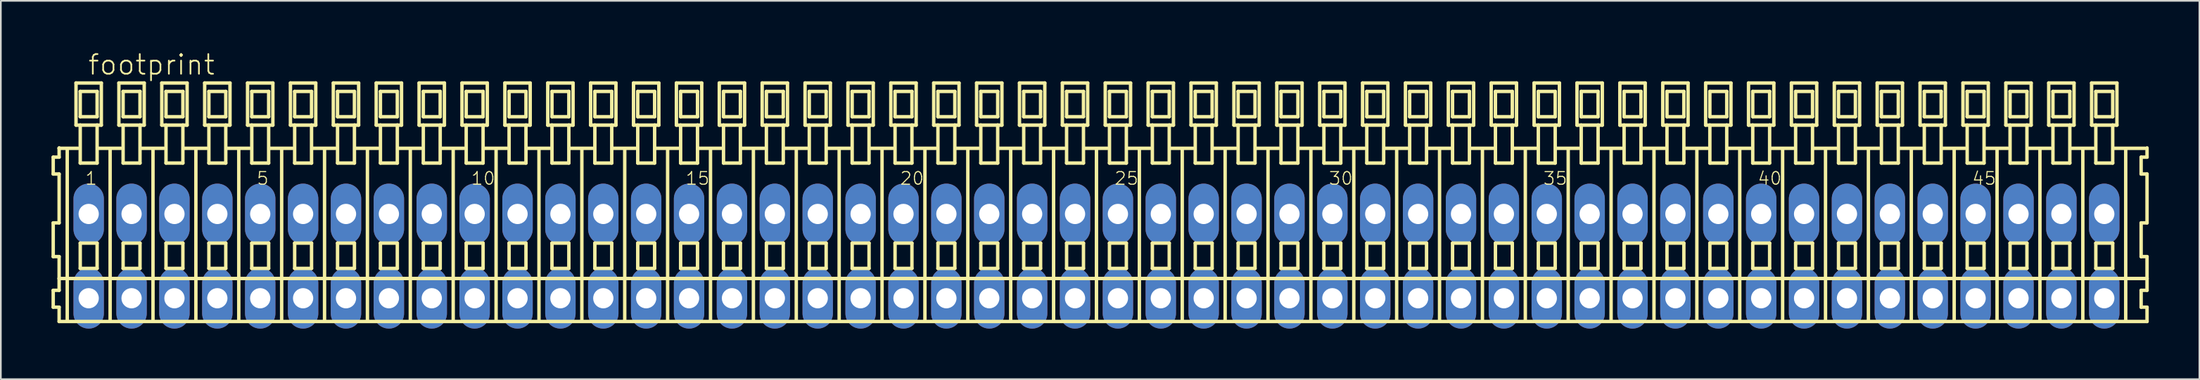
<source format=kicad_pcb>
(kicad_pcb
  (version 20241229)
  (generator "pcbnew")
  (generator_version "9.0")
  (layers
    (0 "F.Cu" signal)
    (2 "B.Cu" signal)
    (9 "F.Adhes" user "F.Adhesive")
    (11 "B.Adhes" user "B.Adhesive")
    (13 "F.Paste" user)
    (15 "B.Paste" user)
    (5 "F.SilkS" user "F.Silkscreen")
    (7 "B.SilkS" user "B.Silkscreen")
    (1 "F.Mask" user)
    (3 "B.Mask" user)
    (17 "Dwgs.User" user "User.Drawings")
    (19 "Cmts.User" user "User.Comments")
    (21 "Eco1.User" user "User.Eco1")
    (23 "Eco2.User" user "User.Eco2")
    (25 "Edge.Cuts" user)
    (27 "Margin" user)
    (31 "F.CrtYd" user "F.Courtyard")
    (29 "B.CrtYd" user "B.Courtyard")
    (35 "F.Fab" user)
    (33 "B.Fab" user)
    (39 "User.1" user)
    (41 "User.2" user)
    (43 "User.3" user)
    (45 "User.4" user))
  (footprint "footprint"
    (layer "F.Cu")
    (at 61.892 12.143)
    (property "Reference" "footprint" (at -59.79 -10.67 0) (layer "F.SilkS") (effects (font (size 1.168 1.168) (thickness 0.102)) (justify left bottom)))
    (fp_line (start -61.79 -5.87) (end -61.79 -4.87) (stroke (width 0.203) (type solid)) (layer "F.SilkS"))
    (fp_line (start -61.79 -4.87) (end -61.44 -4.87) (stroke (width 0.203) (type solid)) (layer "F.SilkS"))
    (fp_line (start -61.79 -1.97) (end -61.79 0.03) (stroke (width 0.203) (type solid)) (layer "F.SilkS"))
    (fp_line (start -61.79 0.03) (end -61.44 0.03) (stroke (width 0.203) (type solid)) (layer "F.SilkS"))
    (fp_line (start -61.79 2.03) (end -61.79 3.03) (stroke (width 0.203) (type solid)) (layer "F.SilkS"))
    (fp_line (start -61.79 3.03) (end -61.44 3.03) (stroke (width 0.203) (type solid)) (layer "F.SilkS"))
    (fp_line (start -61.44 -6.42) (end -61.44 -6.395) (stroke (width 0.203) (type solid)) (layer "F.SilkS"))
    (fp_line (start -61.44 -6.395) (end -61.44 -5.87) (stroke (width 0.203) (type solid)) (layer "F.SilkS"))
    (fp_line (start -61.44 -6.395) (end -60.315 -6.395) (stroke (width 0.203) (type solid)) (layer "F.SilkS"))
    (fp_line (start -61.44 -5.87) (end -61.79 -5.87) (stroke (width 0.203) (type solid)) (layer "F.SilkS"))
    (fp_line (start -61.44 -4.87) (end -61.44 -1.97) (stroke (width 0.203) (type solid)) (layer "F.SilkS"))
    (fp_line (start -61.44 -1.97) (end -61.79 -1.97) (stroke (width 0.203) (type solid)) (layer "F.SilkS"))
    (fp_line (start -61.44 0.03) (end -61.44 1.33) (stroke (width 0.203) (type solid)) (layer "F.SilkS"))
    (fp_line (start -61.44 1.33) (end -61.44 2.03) (stroke (width 0.203) (type solid)) (layer "F.SilkS"))
    (fp_line (start -61.44 1.33) (end 62.223 1.33) (stroke (width 0.203) (type solid)) (layer "F.SilkS"))
    (fp_line (start -61.44 2.03) (end -61.79 2.03) (stroke (width 0.203) (type solid)) (layer "F.SilkS"))
    (fp_line (start -61.44 3.03) (end -61.44 3.88) (stroke (width 0.203) (type solid)) (layer "F.SilkS"))
    (fp_line (start -61.44 3.88) (end 62.223 3.88) (stroke (width 0.203) (type solid)) (layer "F.SilkS"))
    (fp_line (start -60.96 3.83) (end -60.96 -6.33) (stroke (width 0.203) (type solid)) (layer "F.SilkS"))
    (fp_line (start -60.44 -10.27) (end -60.44 -7.77) (stroke (width 0.203) (type solid)) (layer "F.SilkS"))
    (fp_line (start -60.44 -7.77) (end -60.19 -7.77) (stroke (width 0.203) (type solid)) (layer "F.SilkS"))
    (fp_line (start -60.19 -9.77) (end -60.19 -8.27) (stroke (width 0.203) (type solid)) (layer "F.SilkS"))
    (fp_line (start -60.19 -8.27) (end -59.19 -8.27) (stroke (width 0.203) (type solid)) (layer "F.SilkS"))
    (fp_line (start -60.19 -7.77) (end -60.19 -5.52) (stroke (width 0.203) (type solid)) (layer "F.SilkS"))
    (fp_line (start -60.19 -7.77) (end -59.19 -7.77) (stroke (width 0.203) (type solid)) (layer "F.SilkS"))
    (fp_line (start -60.19 -5.52) (end -59.19 -5.52) (stroke (width 0.203) (type solid)) (layer "F.SilkS"))
    (fp_line (start -60.19 -0.77) (end -60.19 0.73) (stroke (width 0.203) (type solid)) (layer "F.SilkS"))
    (fp_line (start -60.19 0.73) (end -59.19 0.73) (stroke (width 0.203) (type solid)) (layer "F.SilkS"))
    (fp_line (start -59.19 -9.77) (end -60.19 -9.77) (stroke (width 0.203) (type solid)) (layer "F.SilkS"))
    (fp_line (start -59.19 -8.27) (end -59.19 -9.77) (stroke (width 0.203) (type solid)) (layer "F.SilkS"))
    (fp_line (start -59.19 -7.77) (end -58.94 -7.77) (stroke (width 0.203) (type solid)) (layer "F.SilkS"))
    (fp_line (start -59.19 -5.52) (end -59.19 -7.77) (stroke (width 0.203) (type solid)) (layer "F.SilkS"))
    (fp_line (start -59.19 -0.77) (end -60.19 -0.77) (stroke (width 0.203) (type solid)) (layer "F.SilkS"))
    (fp_line (start -59.19 0.73) (end -59.19 -0.77) (stroke (width 0.203) (type solid)) (layer "F.SilkS"))
    (fp_line (start -59.154 -6.395) (end -57.775 -6.395) (stroke (width 0.203) (type solid)) (layer "F.SilkS"))
    (fp_line (start -58.94 -10.27) (end -60.44 -10.27) (stroke (width 0.203) (type solid)) (layer "F.SilkS"))
    (fp_line (start -58.94 -7.77) (end -58.94 -10.27) (stroke (width 0.203) (type solid)) (layer "F.SilkS"))
    (fp_line (start -58.42 3.83) (end -58.42 -6.33) (stroke (width 0.203) (type solid)) (layer "F.SilkS"))
    (fp_line (start -57.9 -10.27) (end -57.9 -7.77) (stroke (width 0.203) (type solid)) (layer "F.SilkS"))
    (fp_line (start -57.9 -7.77) (end -57.65 -7.77) (stroke (width 0.203) (type solid)) (layer "F.SilkS"))
    (fp_line (start -57.65 -9.77) (end -57.65 -8.27) (stroke (width 0.203) (type solid)) (layer "F.SilkS"))
    (fp_line (start -57.65 -8.27) (end -56.65 -8.27) (stroke (width 0.203) (type solid)) (layer "F.SilkS"))
    (fp_line (start -57.65 -7.77) (end -57.65 -5.52) (stroke (width 0.203) (type solid)) (layer "F.SilkS"))
    (fp_line (start -57.65 -7.77) (end -56.65 -7.77) (stroke (width 0.203) (type solid)) (layer "F.SilkS"))
    (fp_line (start -57.65 -5.52) (end -56.65 -5.52) (stroke (width 0.203) (type solid)) (layer "F.SilkS"))
    (fp_line (start -57.65 -0.77) (end -57.65 0.73) (stroke (width 0.203) (type solid)) (layer "F.SilkS"))
    (fp_line (start -57.65 0.73) (end -56.65 0.73) (stroke (width 0.203) (type solid)) (layer "F.SilkS"))
    (fp_line (start -56.65 -9.77) (end -57.65 -9.77) (stroke (width 0.203) (type solid)) (layer "F.SilkS"))
    (fp_line (start -56.65 -8.27) (end -56.65 -9.77) (stroke (width 0.203) (type solid)) (layer "F.SilkS"))
    (fp_line (start -56.65 -7.77) (end -56.4 -7.77) (stroke (width 0.203) (type solid)) (layer "F.SilkS"))
    (fp_line (start -56.65 -5.52) (end -56.65 -7.77) (stroke (width 0.203) (type solid)) (layer "F.SilkS"))
    (fp_line (start -56.65 -0.77) (end -57.65 -0.77) (stroke (width 0.203) (type solid)) (layer "F.SilkS"))
    (fp_line (start -56.65 0.73) (end -56.65 -0.77) (stroke (width 0.203) (type solid)) (layer "F.SilkS"))
    (fp_line (start -56.614 -6.395) (end -55.235 -6.395) (stroke (width 0.203) (type solid)) (layer "F.SilkS"))
    (fp_line (start -56.4 -10.27) (end -57.9 -10.27) (stroke (width 0.203) (type solid)) (layer "F.SilkS"))
    (fp_line (start -56.4 -7.77) (end -56.4 -10.27) (stroke (width 0.203) (type solid)) (layer "F.SilkS"))
    (fp_line (start -55.88 3.83) (end -55.88 -6.33) (stroke (width 0.203) (type solid)) (layer "F.SilkS"))
    (fp_line (start -55.36 -10.27) (end -55.36 -7.77) (stroke (width 0.203) (type solid)) (layer "F.SilkS"))
    (fp_line (start -55.36 -7.77) (end -55.11 -7.77) (stroke (width 0.203) (type solid)) (layer "F.SilkS"))
    (fp_line (start -55.11 -9.77) (end -55.11 -8.27) (stroke (width 0.203) (type solid)) (layer "F.SilkS"))
    (fp_line (start -55.11 -8.27) (end -54.11 -8.27) (stroke (width 0.203) (type solid)) (layer "F.SilkS"))
    (fp_line (start -55.11 -7.77) (end -55.11 -5.52) (stroke (width 0.203) (type solid)) (layer "F.SilkS"))
    (fp_line (start -55.11 -7.77) (end -54.11 -7.77) (stroke (width 0.203) (type solid)) (layer "F.SilkS"))
    (fp_line (start -55.11 -5.52) (end -54.11 -5.52) (stroke (width 0.203) (type solid)) (layer "F.SilkS"))
    (fp_line (start -55.11 -0.77) (end -55.11 0.73) (stroke (width 0.203) (type solid)) (layer "F.SilkS"))
    (fp_line (start -55.11 0.73) (end -54.11 0.73) (stroke (width 0.203) (type solid)) (layer "F.SilkS"))
    (fp_line (start -54.11 -9.77) (end -55.11 -9.77) (stroke (width 0.203) (type solid)) (layer "F.SilkS"))
    (fp_line (start -54.11 -8.27) (end -54.11 -9.77) (stroke (width 0.203) (type solid)) (layer "F.SilkS"))
    (fp_line (start -54.11 -7.77) (end -53.86 -7.77) (stroke (width 0.203) (type solid)) (layer "F.SilkS"))
    (fp_line (start -54.11 -5.52) (end -54.11 -7.77) (stroke (width 0.203) (type solid)) (layer "F.SilkS"))
    (fp_line (start -54.11 -0.77) (end -55.11 -0.77) (stroke (width 0.203) (type solid)) (layer "F.SilkS"))
    (fp_line (start -54.11 0.73) (end -54.11 -0.77) (stroke (width 0.203) (type solid)) (layer "F.SilkS"))
    (fp_line (start -54.074 -6.395) (end -52.695 -6.395) (stroke (width 0.203) (type solid)) (layer "F.SilkS"))
    (fp_line (start -53.86 -10.27) (end -55.36 -10.27) (stroke (width 0.203) (type solid)) (layer "F.SilkS"))
    (fp_line (start -53.86 -7.77) (end -53.86 -10.27) (stroke (width 0.203) (type solid)) (layer "F.SilkS"))
    (fp_line (start -53.34 3.83) (end -53.34 -6.33) (stroke (width 0.203) (type solid)) (layer "F.SilkS"))
    (fp_line (start -52.82 -10.27) (end -52.82 -7.77) (stroke (width 0.203) (type solid)) (layer "F.SilkS"))
    (fp_line (start -52.82 -7.77) (end -52.57 -7.77) (stroke (width 0.203) (type solid)) (layer "F.SilkS"))
    (fp_line (start -52.57 -9.77) (end -52.57 -8.27) (stroke (width 0.203) (type solid)) (layer "F.SilkS"))
    (fp_line (start -52.57 -8.27) (end -51.57 -8.27) (stroke (width 0.203) (type solid)) (layer "F.SilkS"))
    (fp_line (start -52.57 -7.77) (end -52.57 -5.52) (stroke (width 0.203) (type solid)) (layer "F.SilkS"))
    (fp_line (start -52.57 -7.77) (end -51.57 -7.77) (stroke (width 0.203) (type solid)) (layer "F.SilkS"))
    (fp_line (start -52.57 -5.52) (end -51.57 -5.52) (stroke (width 0.203) (type solid)) (layer "F.SilkS"))
    (fp_line (start -52.57 -0.77) (end -52.57 0.73) (stroke (width 0.203) (type solid)) (layer "F.SilkS"))
    (fp_line (start -52.57 0.73) (end -51.57 0.73) (stroke (width 0.203) (type solid)) (layer "F.SilkS"))
    (fp_line (start -51.57 -9.77) (end -52.57 -9.77) (stroke (width 0.203) (type solid)) (layer "F.SilkS"))
    (fp_line (start -51.57 -8.27) (end -51.57 -9.77) (stroke (width 0.203) (type solid)) (layer "F.SilkS"))
    (fp_line (start -51.57 -7.77) (end -51.32 -7.77) (stroke (width 0.203) (type solid)) (layer "F.SilkS"))
    (fp_line (start -51.57 -5.52) (end -51.57 -7.77) (stroke (width 0.203) (type solid)) (layer "F.SilkS"))
    (fp_line (start -51.57 -0.77) (end -52.57 -0.77) (stroke (width 0.203) (type solid)) (layer "F.SilkS"))
    (fp_line (start -51.57 0.73) (end -51.57 -0.77) (stroke (width 0.203) (type solid)) (layer "F.SilkS"))
    (fp_line (start -51.534 -6.395) (end -50.155 -6.395) (stroke (width 0.203) (type solid)) (layer "F.SilkS"))
    (fp_line (start -51.32 -10.27) (end -52.82 -10.27) (stroke (width 0.203) (type solid)) (layer "F.SilkS"))
    (fp_line (start -51.32 -7.77) (end -51.32 -10.27) (stroke (width 0.203) (type solid)) (layer "F.SilkS"))
    (fp_line (start -50.8 3.83) (end -50.8 -6.33) (stroke (width 0.203) (type solid)) (layer "F.SilkS"))
    (fp_line (start -50.28 -10.27) (end -50.28 -7.77) (stroke (width 0.203) (type solid)) (layer "F.SilkS"))
    (fp_line (start -50.28 -7.77) (end -50.03 -7.77) (stroke (width 0.203) (type solid)) (layer "F.SilkS"))
    (fp_line (start -50.03 -9.77) (end -50.03 -8.27) (stroke (width 0.203) (type solid)) (layer "F.SilkS"))
    (fp_line (start -50.03 -8.27) (end -49.03 -8.27) (stroke (width 0.203) (type solid)) (layer "F.SilkS"))
    (fp_line (start -50.03 -7.77) (end -50.03 -5.52) (stroke (width 0.203) (type solid)) (layer "F.SilkS"))
    (fp_line (start -50.03 -7.77) (end -49.03 -7.77) (stroke (width 0.203) (type solid)) (layer "F.SilkS"))
    (fp_line (start -50.03 -5.52) (end -49.03 -5.52) (stroke (width 0.203) (type solid)) (layer "F.SilkS"))
    (fp_line (start -50.03 -0.77) (end -50.03 0.73) (stroke (width 0.203) (type solid)) (layer "F.SilkS"))
    (fp_line (start -50.03 0.73) (end -49.03 0.73) (stroke (width 0.203) (type solid)) (layer "F.SilkS"))
    (fp_line (start -49.03 -9.77) (end -50.03 -9.77) (stroke (width 0.203) (type solid)) (layer "F.SilkS"))
    (fp_line (start -49.03 -8.27) (end -49.03 -9.77) (stroke (width 0.203) (type solid)) (layer "F.SilkS"))
    (fp_line (start -49.03 -7.77) (end -48.78 -7.77) (stroke (width 0.203) (type solid)) (layer "F.SilkS"))
    (fp_line (start -49.03 -5.52) (end -49.03 -7.77) (stroke (width 0.203) (type solid)) (layer "F.SilkS"))
    (fp_line (start -49.03 -0.77) (end -50.03 -0.77) (stroke (width 0.203) (type solid)) (layer "F.SilkS"))
    (fp_line (start -49.03 0.73) (end -49.03 -0.77) (stroke (width 0.203) (type solid)) (layer "F.SilkS"))
    (fp_line (start -48.994 -6.395) (end -47.615 -6.395) (stroke (width 0.203) (type solid)) (layer "F.SilkS"))
    (fp_line (start -48.78 -10.27) (end -50.28 -10.27) (stroke (width 0.203) (type solid)) (layer "F.SilkS"))
    (fp_line (start -48.78 -7.77) (end -48.78 -10.27) (stroke (width 0.203) (type solid)) (layer "F.SilkS"))
    (fp_line (start -48.26 3.83) (end -48.26 -6.33) (stroke (width 0.203) (type solid)) (layer "F.SilkS"))
    (fp_line (start -47.74 -10.27) (end -47.74 -7.77) (stroke (width 0.203) (type solid)) (layer "F.SilkS"))
    (fp_line (start -47.74 -7.77) (end -47.49 -7.77) (stroke (width 0.203) (type solid)) (layer "F.SilkS"))
    (fp_line (start -47.49 -9.77) (end -47.49 -8.27) (stroke (width 0.203) (type solid)) (layer "F.SilkS"))
    (fp_line (start -47.49 -8.27) (end -46.49 -8.27) (stroke (width 0.203) (type solid)) (layer "F.SilkS"))
    (fp_line (start -47.49 -7.77) (end -47.49 -5.52) (stroke (width 0.203) (type solid)) (layer "F.SilkS"))
    (fp_line (start -47.49 -7.77) (end -46.49 -7.77) (stroke (width 0.203) (type solid)) (layer "F.SilkS"))
    (fp_line (start -47.49 -5.52) (end -46.49 -5.52) (stroke (width 0.203) (type solid)) (layer "F.SilkS"))
    (fp_line (start -47.49 -0.77) (end -47.49 0.73) (stroke (width 0.203) (type solid)) (layer "F.SilkS"))
    (fp_line (start -47.49 0.73) (end -46.49 0.73) (stroke (width 0.203) (type solid)) (layer "F.SilkS"))
    (fp_line (start -46.49 -9.77) (end -47.49 -9.77) (stroke (width 0.203) (type solid)) (layer "F.SilkS"))
    (fp_line (start -46.49 -8.27) (end -46.49 -9.77) (stroke (width 0.203) (type solid)) (layer "F.SilkS"))
    (fp_line (start -46.49 -7.77) (end -46.24 -7.77) (stroke (width 0.203) (type solid)) (layer "F.SilkS"))
    (fp_line (start -46.49 -5.52) (end -46.49 -7.77) (stroke (width 0.203) (type solid)) (layer "F.SilkS"))
    (fp_line (start -46.49 -0.77) (end -47.49 -0.77) (stroke (width 0.203) (type solid)) (layer "F.SilkS"))
    (fp_line (start -46.49 0.73) (end -46.49 -0.77) (stroke (width 0.203) (type solid)) (layer "F.SilkS"))
    (fp_line (start -46.454 -6.395) (end -45.075 -6.395) (stroke (width 0.203) (type solid)) (layer "F.SilkS"))
    (fp_line (start -46.24 -10.27) (end -47.74 -10.27) (stroke (width 0.203) (type solid)) (layer "F.SilkS"))
    (fp_line (start -46.24 -7.77) (end -46.24 -10.27) (stroke (width 0.203) (type solid)) (layer "F.SilkS"))
    (fp_line (start -45.72 3.83) (end -45.72 -6.33) (stroke (width 0.203) (type solid)) (layer "F.SilkS"))
    (fp_line (start -45.2 -10.27) (end -45.2 -7.77) (stroke (width 0.203) (type solid)) (layer "F.SilkS"))
    (fp_line (start -45.2 -7.77) (end -44.95 -7.77) (stroke (width 0.203) (type solid)) (layer "F.SilkS"))
    (fp_line (start -44.95 -9.77) (end -44.95 -8.27) (stroke (width 0.203) (type solid)) (layer "F.SilkS"))
    (fp_line (start -44.95 -8.27) (end -43.95 -8.27) (stroke (width 0.203) (type solid)) (layer "F.SilkS"))
    (fp_line (start -44.95 -7.77) (end -44.95 -5.52) (stroke (width 0.203) (type solid)) (layer "F.SilkS"))
    (fp_line (start -44.95 -7.77) (end -43.95 -7.77) (stroke (width 0.203) (type solid)) (layer "F.SilkS"))
    (fp_line (start -44.95 -5.52) (end -43.95 -5.52) (stroke (width 0.203) (type solid)) (layer "F.SilkS"))
    (fp_line (start -44.95 -0.77) (end -44.95 0.73) (stroke (width 0.203) (type solid)) (layer "F.SilkS"))
    (fp_line (start -44.95 0.73) (end -43.95 0.73) (stroke (width 0.203) (type solid)) (layer "F.SilkS"))
    (fp_line (start -43.95 -9.77) (end -44.95 -9.77) (stroke (width 0.203) (type solid)) (layer "F.SilkS"))
    (fp_line (start -43.95 -8.27) (end -43.95 -9.77) (stroke (width 0.203) (type solid)) (layer "F.SilkS"))
    (fp_line (start -43.95 -7.77) (end -43.7 -7.77) (stroke (width 0.203) (type solid)) (layer "F.SilkS"))
    (fp_line (start -43.95 -5.52) (end -43.95 -7.77) (stroke (width 0.203) (type solid)) (layer "F.SilkS"))
    (fp_line (start -43.95 -0.77) (end -44.95 -0.77) (stroke (width 0.203) (type solid)) (layer "F.SilkS"))
    (fp_line (start -43.95 0.73) (end -43.95 -0.77) (stroke (width 0.203) (type solid)) (layer "F.SilkS"))
    (fp_line (start -43.914 -6.395) (end -42.535 -6.395) (stroke (width 0.203) (type solid)) (layer "F.SilkS"))
    (fp_line (start -43.7 -10.27) (end -45.2 -10.27) (stroke (width 0.203) (type solid)) (layer "F.SilkS"))
    (fp_line (start -43.7 -7.77) (end -43.7 -10.27) (stroke (width 0.203) (type solid)) (layer "F.SilkS"))
    (fp_line (start -43.18 3.83) (end -43.18 -6.33) (stroke (width 0.203) (type solid)) (layer "F.SilkS"))
    (fp_line (start -42.66 -10.27) (end -42.66 -7.77) (stroke (width 0.203) (type solid)) (layer "F.SilkS"))
    (fp_line (start -42.66 -7.77) (end -42.41 -7.77) (stroke (width 0.203) (type solid)) (layer "F.SilkS"))
    (fp_line (start -42.41 -9.77) (end -42.41 -8.27) (stroke (width 0.203) (type solid)) (layer "F.SilkS"))
    (fp_line (start -42.41 -8.27) (end -41.41 -8.27) (stroke (width 0.203) (type solid)) (layer "F.SilkS"))
    (fp_line (start -42.41 -7.77) (end -42.41 -5.52) (stroke (width 0.203) (type solid)) (layer "F.SilkS"))
    (fp_line (start -42.41 -7.77) (end -41.41 -7.77) (stroke (width 0.203) (type solid)) (layer "F.SilkS"))
    (fp_line (start -42.41 -5.52) (end -41.41 -5.52) (stroke (width 0.203) (type solid)) (layer "F.SilkS"))
    (fp_line (start -42.41 -0.77) (end -42.41 0.73) (stroke (width 0.203) (type solid)) (layer "F.SilkS"))
    (fp_line (start -42.41 0.73) (end -41.41 0.73) (stroke (width 0.203) (type solid)) (layer "F.SilkS"))
    (fp_line (start -41.41 -9.77) (end -42.41 -9.77) (stroke (width 0.203) (type solid)) (layer "F.SilkS"))
    (fp_line (start -41.41 -8.27) (end -41.41 -9.77) (stroke (width 0.203) (type solid)) (layer "F.SilkS"))
    (fp_line (start -41.41 -7.77) (end -41.16 -7.77) (stroke (width 0.203) (type solid)) (layer "F.SilkS"))
    (fp_line (start -41.41 -5.52) (end -41.41 -7.77) (stroke (width 0.203) (type solid)) (layer "F.SilkS"))
    (fp_line (start -41.41 -0.77) (end -42.41 -0.77) (stroke (width 0.203) (type solid)) (layer "F.SilkS"))
    (fp_line (start -41.41 0.73) (end -41.41 -0.77) (stroke (width 0.203) (type solid)) (layer "F.SilkS"))
    (fp_line (start -41.374 -6.395) (end -39.995 -6.395) (stroke (width 0.203) (type solid)) (layer "F.SilkS"))
    (fp_line (start -41.16 -10.27) (end -42.66 -10.27) (stroke (width 0.203) (type solid)) (layer "F.SilkS"))
    (fp_line (start -41.16 -7.77) (end -41.16 -10.27) (stroke (width 0.203) (type solid)) (layer "F.SilkS"))
    (fp_line (start -40.64 3.83) (end -40.64 -6.33) (stroke (width 0.203) (type solid)) (layer "F.SilkS"))
    (fp_line (start -40.12 -10.27) (end -40.12 -7.77) (stroke (width 0.203) (type solid)) (layer "F.SilkS"))
    (fp_line (start -40.12 -7.77) (end -39.87 -7.77) (stroke (width 0.203) (type solid)) (layer "F.SilkS"))
    (fp_line (start -39.87 -9.77) (end -39.87 -8.27) (stroke (width 0.203) (type solid)) (layer "F.SilkS"))
    (fp_line (start -39.87 -8.27) (end -38.87 -8.27) (stroke (width 0.203) (type solid)) (layer "F.SilkS"))
    (fp_line (start -39.87 -7.77) (end -39.87 -5.52) (stroke (width 0.203) (type solid)) (layer "F.SilkS"))
    (fp_line (start -39.87 -7.77) (end -38.87 -7.77) (stroke (width 0.203) (type solid)) (layer "F.SilkS"))
    (fp_line (start -39.87 -5.52) (end -38.87 -5.52) (stroke (width 0.203) (type solid)) (layer "F.SilkS"))
    (fp_line (start -39.87 -0.77) (end -39.87 0.73) (stroke (width 0.203) (type solid)) (layer "F.SilkS"))
    (fp_line (start -39.87 0.73) (end -38.87 0.73) (stroke (width 0.203) (type solid)) (layer "F.SilkS"))
    (fp_line (start -38.87 -9.77) (end -39.87 -9.77) (stroke (width 0.203) (type solid)) (layer "F.SilkS"))
    (fp_line (start -38.87 -8.27) (end -38.87 -9.77) (stroke (width 0.203) (type solid)) (layer "F.SilkS"))
    (fp_line (start -38.87 -7.77) (end -38.62 -7.77) (stroke (width 0.203) (type solid)) (layer "F.SilkS"))
    (fp_line (start -38.87 -5.52) (end -38.87 -7.77) (stroke (width 0.203) (type solid)) (layer "F.SilkS"))
    (fp_line (start -38.87 -0.77) (end -39.87 -0.77) (stroke (width 0.203) (type solid)) (layer "F.SilkS"))
    (fp_line (start -38.87 0.73) (end -38.87 -0.77) (stroke (width 0.203) (type solid)) (layer "F.SilkS"))
    (fp_line (start -38.834 -6.395) (end -37.455 -6.395) (stroke (width 0.203) (type solid)) (layer "F.SilkS"))
    (fp_line (start -38.62 -10.27) (end -40.12 -10.27) (stroke (width 0.203) (type solid)) (layer "F.SilkS"))
    (fp_line (start -38.62 -7.77) (end -38.62 -10.27) (stroke (width 0.203) (type solid)) (layer "F.SilkS"))
    (fp_line (start -38.1 3.83) (end -38.1 -6.33) (stroke (width 0.203) (type solid)) (layer "F.SilkS"))
    (fp_line (start -37.58 -10.27) (end -37.58 -7.77) (stroke (width 0.203) (type solid)) (layer "F.SilkS"))
    (fp_line (start -37.58 -7.77) (end -37.33 -7.77) (stroke (width 0.203) (type solid)) (layer "F.SilkS"))
    (fp_line (start -37.33 -9.77) (end -37.33 -8.27) (stroke (width 0.203) (type solid)) (layer "F.SilkS"))
    (fp_line (start -37.33 -8.27) (end -36.33 -8.27) (stroke (width 0.203) (type solid)) (layer "F.SilkS"))
    (fp_line (start -37.33 -7.77) (end -37.33 -5.52) (stroke (width 0.203) (type solid)) (layer "F.SilkS"))
    (fp_line (start -37.33 -7.77) (end -36.33 -7.77) (stroke (width 0.203) (type solid)) (layer "F.SilkS"))
    (fp_line (start -37.33 -5.52) (end -36.33 -5.52) (stroke (width 0.203) (type solid)) (layer "F.SilkS"))
    (fp_line (start -37.33 -0.77) (end -37.33 0.73) (stroke (width 0.203) (type solid)) (layer "F.SilkS"))
    (fp_line (start -37.33 0.73) (end -36.33 0.73) (stroke (width 0.203) (type solid)) (layer "F.SilkS"))
    (fp_line (start -36.33 -9.77) (end -37.33 -9.77) (stroke (width 0.203) (type solid)) (layer "F.SilkS"))
    (fp_line (start -36.33 -8.27) (end -36.33 -9.77) (stroke (width 0.203) (type solid)) (layer "F.SilkS"))
    (fp_line (start -36.33 -7.77) (end -36.08 -7.77) (stroke (width 0.203) (type solid)) (layer "F.SilkS"))
    (fp_line (start -36.33 -5.52) (end -36.33 -7.77) (stroke (width 0.203) (type solid)) (layer "F.SilkS"))
    (fp_line (start -36.33 -0.77) (end -37.33 -0.77) (stroke (width 0.203) (type solid)) (layer "F.SilkS"))
    (fp_line (start -36.33 0.73) (end -36.33 -0.77) (stroke (width 0.203) (type solid)) (layer "F.SilkS"))
    (fp_line (start -36.294 -6.395) (end -34.915 -6.395) (stroke (width 0.203) (type solid)) (layer "F.SilkS"))
    (fp_line (start -36.08 -10.27) (end -37.58 -10.27) (stroke (width 0.203) (type solid)) (layer "F.SilkS"))
    (fp_line (start -36.08 -7.77) (end -36.08 -10.27) (stroke (width 0.203) (type solid)) (layer "F.SilkS"))
    (fp_line (start -35.56 3.83) (end -35.56 -6.33) (stroke (width 0.203) (type solid)) (layer "F.SilkS"))
    (fp_line (start -35.04 -10.27) (end -35.04 -7.77) (stroke (width 0.203) (type solid)) (layer "F.SilkS"))
    (fp_line (start -35.04 -7.77) (end -34.79 -7.77) (stroke (width 0.203) (type solid)) (layer "F.SilkS"))
    (fp_line (start -34.79 -9.77) (end -34.79 -8.27) (stroke (width 0.203) (type solid)) (layer "F.SilkS"))
    (fp_line (start -34.79 -8.27) (end -33.79 -8.27) (stroke (width 0.203) (type solid)) (layer "F.SilkS"))
    (fp_line (start -34.79 -7.77) (end -34.79 -5.52) (stroke (width 0.203) (type solid)) (layer "F.SilkS"))
    (fp_line (start -34.79 -7.77) (end -33.79 -7.77) (stroke (width 0.203) (type solid)) (layer "F.SilkS"))
    (fp_line (start -34.79 -5.52) (end -33.79 -5.52) (stroke (width 0.203) (type solid)) (layer "F.SilkS"))
    (fp_line (start -34.79 -0.77) (end -34.79 0.73) (stroke (width 0.203) (type solid)) (layer "F.SilkS"))
    (fp_line (start -34.79 0.73) (end -33.79 0.73) (stroke (width 0.203) (type solid)) (layer "F.SilkS"))
    (fp_line (start -33.79 -9.77) (end -34.79 -9.77) (stroke (width 0.203) (type solid)) (layer "F.SilkS"))
    (fp_line (start -33.79 -8.27) (end -33.79 -9.77) (stroke (width 0.203) (type solid)) (layer "F.SilkS"))
    (fp_line (start -33.79 -7.77) (end -33.54 -7.77) (stroke (width 0.203) (type solid)) (layer "F.SilkS"))
    (fp_line (start -33.79 -5.52) (end -33.79 -7.77) (stroke (width 0.203) (type solid)) (layer "F.SilkS"))
    (fp_line (start -33.79 -0.77) (end -34.79 -0.77) (stroke (width 0.203) (type solid)) (layer "F.SilkS"))
    (fp_line (start -33.79 0.73) (end -33.79 -0.77) (stroke (width 0.203) (type solid)) (layer "F.SilkS"))
    (fp_line (start -33.754 -6.395) (end -32.375 -6.395) (stroke (width 0.203) (type solid)) (layer "F.SilkS"))
    (fp_line (start -33.54 -10.27) (end -35.04 -10.27) (stroke (width 0.203) (type solid)) (layer "F.SilkS"))
    (fp_line (start -33.54 -7.77) (end -33.54 -10.27) (stroke (width 0.203) (type solid)) (layer "F.SilkS"))
    (fp_line (start -33.02 3.83) (end -33.02 -6.33) (stroke (width 0.203) (type solid)) (layer "F.SilkS"))
    (fp_line (start -32.5 -10.27) (end -32.5 -7.77) (stroke (width 0.203) (type solid)) (layer "F.SilkS"))
    (fp_line (start -32.5 -7.77) (end -32.25 -7.77) (stroke (width 0.203) (type solid)) (layer "F.SilkS"))
    (fp_line (start -32.25 -9.77) (end -32.25 -8.27) (stroke (width 0.203) (type solid)) (layer "F.SilkS"))
    (fp_line (start -32.25 -8.27) (end -31.25 -8.27) (stroke (width 0.203) (type solid)) (layer "F.SilkS"))
    (fp_line (start -32.25 -7.77) (end -32.25 -5.52) (stroke (width 0.203) (type solid)) (layer "F.SilkS"))
    (fp_line (start -32.25 -7.77) (end -31.25 -7.77) (stroke (width 0.203) (type solid)) (layer "F.SilkS"))
    (fp_line (start -32.25 -5.52) (end -31.25 -5.52) (stroke (width 0.203) (type solid)) (layer "F.SilkS"))
    (fp_line (start -32.25 -0.77) (end -32.25 0.73) (stroke (width 0.203) (type solid)) (layer "F.SilkS"))
    (fp_line (start -32.25 0.73) (end -31.25 0.73) (stroke (width 0.203) (type solid)) (layer "F.SilkS"))
    (fp_line (start -31.25 -9.77) (end -32.25 -9.77) (stroke (width 0.203) (type solid)) (layer "F.SilkS"))
    (fp_line (start -31.25 -8.27) (end -31.25 -9.77) (stroke (width 0.203) (type solid)) (layer "F.SilkS"))
    (fp_line (start -31.25 -7.77) (end -31 -7.77) (stroke (width 0.203) (type solid)) (layer "F.SilkS"))
    (fp_line (start -31.25 -5.52) (end -31.25 -7.77) (stroke (width 0.203) (type solid)) (layer "F.SilkS"))
    (fp_line (start -31.25 -0.77) (end -32.25 -0.77) (stroke (width 0.203) (type solid)) (layer "F.SilkS"))
    (fp_line (start -31.25 0.73) (end -31.25 -0.77) (stroke (width 0.203) (type solid)) (layer "F.SilkS"))
    (fp_line (start -31.214 -6.395) (end -29.835 -6.395) (stroke (width 0.203) (type solid)) (layer "F.SilkS"))
    (fp_line (start -31 -10.27) (end -32.5 -10.27) (stroke (width 0.203) (type solid)) (layer "F.SilkS"))
    (fp_line (start -31 -7.77) (end -31 -10.27) (stroke (width 0.203) (type solid)) (layer "F.SilkS"))
    (fp_line (start -30.48 3.83) (end -30.48 -6.33) (stroke (width 0.203) (type solid)) (layer "F.SilkS"))
    (fp_line (start -29.96 -10.27) (end -29.96 -7.77) (stroke (width 0.203) (type solid)) (layer "F.SilkS"))
    (fp_line (start -29.96 -7.77) (end -29.71 -7.77) (stroke (width 0.203) (type solid)) (layer "F.SilkS"))
    (fp_line (start -29.71 -9.77) (end -29.71 -8.27) (stroke (width 0.203) (type solid)) (layer "F.SilkS"))
    (fp_line (start -29.71 -8.27) (end -28.71 -8.27) (stroke (width 0.203) (type solid)) (layer "F.SilkS"))
    (fp_line (start -29.71 -7.77) (end -29.71 -5.52) (stroke (width 0.203) (type solid)) (layer "F.SilkS"))
    (fp_line (start -29.71 -7.77) (end -28.71 -7.77) (stroke (width 0.203) (type solid)) (layer "F.SilkS"))
    (fp_line (start -29.71 -5.52) (end -28.71 -5.52) (stroke (width 0.203) (type solid)) (layer "F.SilkS"))
    (fp_line (start -29.71 -0.77) (end -29.71 0.73) (stroke (width 0.203) (type solid)) (layer "F.SilkS"))
    (fp_line (start -29.71 0.73) (end -28.71 0.73) (stroke (width 0.203) (type solid)) (layer "F.SilkS"))
    (fp_line (start -28.71 -9.77) (end -29.71 -9.77) (stroke (width 0.203) (type solid)) (layer "F.SilkS"))
    (fp_line (start -28.71 -8.27) (end -28.71 -9.77) (stroke (width 0.203) (type solid)) (layer "F.SilkS"))
    (fp_line (start -28.71 -7.77) (end -28.46 -7.77) (stroke (width 0.203) (type solid)) (layer "F.SilkS"))
    (fp_line (start -28.71 -5.52) (end -28.71 -7.77) (stroke (width 0.203) (type solid)) (layer "F.SilkS"))
    (fp_line (start -28.71 -0.77) (end -29.71 -0.77) (stroke (width 0.203) (type solid)) (layer "F.SilkS"))
    (fp_line (start -28.71 0.73) (end -28.71 -0.77) (stroke (width 0.203) (type solid)) (layer "F.SilkS"))
    (fp_line (start -28.674 -6.395) (end -27.295 -6.395) (stroke (width 0.203) (type solid)) (layer "F.SilkS"))
    (fp_line (start -28.46 -10.27) (end -29.96 -10.27) (stroke (width 0.203) (type solid)) (layer "F.SilkS"))
    (fp_line (start -28.46 -7.77) (end -28.46 -10.27) (stroke (width 0.203) (type solid)) (layer "F.SilkS"))
    (fp_line (start -27.94 3.83) (end -27.94 -6.33) (stroke (width 0.203) (type solid)) (layer "F.SilkS"))
    (fp_line (start -27.42 -10.27) (end -27.42 -7.77) (stroke (width 0.203) (type solid)) (layer "F.SilkS"))
    (fp_line (start -27.42 -7.77) (end -27.17 -7.77) (stroke (width 0.203) (type solid)) (layer "F.SilkS"))
    (fp_line (start -27.17 -9.77) (end -27.17 -8.27) (stroke (width 0.203) (type solid)) (layer "F.SilkS"))
    (fp_line (start -27.17 -8.27) (end -26.17 -8.27) (stroke (width 0.203) (type solid)) (layer "F.SilkS"))
    (fp_line (start -27.17 -7.77) (end -27.17 -5.52) (stroke (width 0.203) (type solid)) (layer "F.SilkS"))
    (fp_line (start -27.17 -7.77) (end -26.17 -7.77) (stroke (width 0.203) (type solid)) (layer "F.SilkS"))
    (fp_line (start -27.17 -5.52) (end -26.17 -5.52) (stroke (width 0.203) (type solid)) (layer "F.SilkS"))
    (fp_line (start -27.17 -0.77) (end -27.17 0.73) (stroke (width 0.203) (type solid)) (layer "F.SilkS"))
    (fp_line (start -27.17 0.73) (end -26.17 0.73) (stroke (width 0.203) (type solid)) (layer "F.SilkS"))
    (fp_line (start -26.17 -9.77) (end -27.17 -9.77) (stroke (width 0.203) (type solid)) (layer "F.SilkS"))
    (fp_line (start -26.17 -8.27) (end -26.17 -9.77) (stroke (width 0.203) (type solid)) (layer "F.SilkS"))
    (fp_line (start -26.17 -7.77) (end -25.92 -7.77) (stroke (width 0.203) (type solid)) (layer "F.SilkS"))
    (fp_line (start -26.17 -5.52) (end -26.17 -7.77) (stroke (width 0.203) (type solid)) (layer "F.SilkS"))
    (fp_line (start -26.17 -0.77) (end -27.17 -0.77) (stroke (width 0.203) (type solid)) (layer "F.SilkS"))
    (fp_line (start -26.17 0.73) (end -26.17 -0.77) (stroke (width 0.203) (type solid)) (layer "F.SilkS"))
    (fp_line (start -26.134 -6.395) (end -24.755 -6.395) (stroke (width 0.203) (type solid)) (layer "F.SilkS"))
    (fp_line (start -25.92 -10.27) (end -27.42 -10.27) (stroke (width 0.203) (type solid)) (layer "F.SilkS"))
    (fp_line (start -25.92 -7.77) (end -25.92 -10.27) (stroke (width 0.203) (type solid)) (layer "F.SilkS"))
    (fp_line (start -25.4 3.83) (end -25.4 -6.33) (stroke (width 0.203) (type solid)) (layer "F.SilkS"))
    (fp_line (start -24.88 -10.27) (end -24.88 -7.77) (stroke (width 0.203) (type solid)) (layer "F.SilkS"))
    (fp_line (start -24.88 -7.77) (end -24.63 -7.77) (stroke (width 0.203) (type solid)) (layer "F.SilkS"))
    (fp_line (start -24.63 -9.77) (end -24.63 -8.27) (stroke (width 0.203) (type solid)) (layer "F.SilkS"))
    (fp_line (start -24.63 -8.27) (end -23.63 -8.27) (stroke (width 0.203) (type solid)) (layer "F.SilkS"))
    (fp_line (start -24.63 -7.77) (end -24.63 -5.52) (stroke (width 0.203) (type solid)) (layer "F.SilkS"))
    (fp_line (start -24.63 -7.77) (end -23.63 -7.77) (stroke (width 0.203) (type solid)) (layer "F.SilkS"))
    (fp_line (start -24.63 -5.52) (end -23.63 -5.52) (stroke (width 0.203) (type solid)) (layer "F.SilkS"))
    (fp_line (start -24.63 -0.77) (end -24.63 0.73) (stroke (width 0.203) (type solid)) (layer "F.SilkS"))
    (fp_line (start -24.63 0.73) (end -23.63 0.73) (stroke (width 0.203) (type solid)) (layer "F.SilkS"))
    (fp_line (start -23.63 -9.77) (end -24.63 -9.77) (stroke (width 0.203) (type solid)) (layer "F.SilkS"))
    (fp_line (start -23.63 -8.27) (end -23.63 -9.77) (stroke (width 0.203) (type solid)) (layer "F.SilkS"))
    (fp_line (start -23.63 -7.77) (end -23.38 -7.77) (stroke (width 0.203) (type solid)) (layer "F.SilkS"))
    (fp_line (start -23.63 -5.52) (end -23.63 -7.77) (stroke (width 0.203) (type solid)) (layer "F.SilkS"))
    (fp_line (start -23.63 -0.77) (end -24.63 -0.77) (stroke (width 0.203) (type solid)) (layer "F.SilkS"))
    (fp_line (start -23.63 0.73) (end -23.63 -0.77) (stroke (width 0.203) (type solid)) (layer "F.SilkS"))
    (fp_line (start -23.594 -6.395) (end -22.215 -6.395) (stroke (width 0.203) (type solid)) (layer "F.SilkS"))
    (fp_line (start -23.38 -10.27) (end -24.88 -10.27) (stroke (width 0.203) (type solid)) (layer "F.SilkS"))
    (fp_line (start -23.38 -7.77) (end -23.38 -10.27) (stroke (width 0.203) (type solid)) (layer "F.SilkS"))
    (fp_line (start -22.86 3.83) (end -22.86 -6.33) (stroke (width 0.203) (type solid)) (layer "F.SilkS"))
    (fp_line (start -22.34 -10.27) (end -22.34 -7.77) (stroke (width 0.203) (type solid)) (layer "F.SilkS"))
    (fp_line (start -22.34 -7.77) (end -22.09 -7.77) (stroke (width 0.203) (type solid)) (layer "F.SilkS"))
    (fp_line (start -22.09 -9.77) (end -22.09 -8.27) (stroke (width 0.203) (type solid)) (layer "F.SilkS"))
    (fp_line (start -22.09 -8.27) (end -21.09 -8.27) (stroke (width 0.203) (type solid)) (layer "F.SilkS"))
    (fp_line (start -22.09 -7.77) (end -22.09 -5.52) (stroke (width 0.203) (type solid)) (layer "F.SilkS"))
    (fp_line (start -22.09 -7.77) (end -21.09 -7.77) (stroke (width 0.203) (type solid)) (layer "F.SilkS"))
    (fp_line (start -22.09 -5.52) (end -21.09 -5.52) (stroke (width 0.203) (type solid)) (layer "F.SilkS"))
    (fp_line (start -22.09 -0.77) (end -22.09 0.73) (stroke (width 0.203) (type solid)) (layer "F.SilkS"))
    (fp_line (start -22.09 0.73) (end -21.09 0.73) (stroke (width 0.203) (type solid)) (layer "F.SilkS"))
    (fp_line (start -21.09 -9.77) (end -22.09 -9.77) (stroke (width 0.203) (type solid)) (layer "F.SilkS"))
    (fp_line (start -21.09 -8.27) (end -21.09 -9.77) (stroke (width 0.203) (type solid)) (layer "F.SilkS"))
    (fp_line (start -21.09 -7.77) (end -20.84 -7.77) (stroke (width 0.203) (type solid)) (layer "F.SilkS"))
    (fp_line (start -21.09 -5.52) (end -21.09 -7.77) (stroke (width 0.203) (type solid)) (layer "F.SilkS"))
    (fp_line (start -21.09 -0.77) (end -22.09 -0.77) (stroke (width 0.203) (type solid)) (layer "F.SilkS"))
    (fp_line (start -21.09 0.73) (end -21.09 -0.77) (stroke (width 0.203) (type solid)) (layer "F.SilkS"))
    (fp_line (start -21.054 -6.395) (end -19.675 -6.395) (stroke (width 0.203) (type solid)) (layer "F.SilkS"))
    (fp_line (start -20.84 -10.27) (end -22.34 -10.27) (stroke (width 0.203) (type solid)) (layer "F.SilkS"))
    (fp_line (start -20.84 -7.77) (end -20.84 -10.27) (stroke (width 0.203) (type solid)) (layer "F.SilkS"))
    (fp_line (start -20.32 3.83) (end -20.32 -6.33) (stroke (width 0.203) (type solid)) (layer "F.SilkS"))
    (fp_line (start -19.8 -10.27) (end -19.8 -7.77) (stroke (width 0.203) (type solid)) (layer "F.SilkS"))
    (fp_line (start -19.8 -7.77) (end -19.55 -7.77) (stroke (width 0.203) (type solid)) (layer "F.SilkS"))
    (fp_line (start -19.55 -9.77) (end -19.55 -8.27) (stroke (width 0.203) (type solid)) (layer "F.SilkS"))
    (fp_line (start -19.55 -8.27) (end -18.55 -8.27) (stroke (width 0.203) (type solid)) (layer "F.SilkS"))
    (fp_line (start -19.55 -7.77) (end -19.55 -5.52) (stroke (width 0.203) (type solid)) (layer "F.SilkS"))
    (fp_line (start -19.55 -7.77) (end -18.55 -7.77) (stroke (width 0.203) (type solid)) (layer "F.SilkS"))
    (fp_line (start -19.55 -5.52) (end -18.55 -5.52) (stroke (width 0.203) (type solid)) (layer "F.SilkS"))
    (fp_line (start -19.55 -0.77) (end -19.55 0.73) (stroke (width 0.203) (type solid)) (layer "F.SilkS"))
    (fp_line (start -19.55 0.73) (end -18.55 0.73) (stroke (width 0.203) (type solid)) (layer "F.SilkS"))
    (fp_line (start -18.55 -9.77) (end -19.55 -9.77) (stroke (width 0.203) (type solid)) (layer "F.SilkS"))
    (fp_line (start -18.55 -8.27) (end -18.55 -9.77) (stroke (width 0.203) (type solid)) (layer "F.SilkS"))
    (fp_line (start -18.55 -7.77) (end -18.3 -7.77) (stroke (width 0.203) (type solid)) (layer "F.SilkS"))
    (fp_line (start -18.55 -5.52) (end -18.55 -7.77) (stroke (width 0.203) (type solid)) (layer "F.SilkS"))
    (fp_line (start -18.55 -0.77) (end -19.55 -0.77) (stroke (width 0.203) (type solid)) (layer "F.SilkS"))
    (fp_line (start -18.55 0.73) (end -18.55 -0.77) (stroke (width 0.203) (type solid)) (layer "F.SilkS"))
    (fp_line (start -18.514 -6.395) (end -17.135 -6.395) (stroke (width 0.203) (type solid)) (layer "F.SilkS"))
    (fp_line (start -18.3 -10.27) (end -19.8 -10.27) (stroke (width 0.203) (type solid)) (layer "F.SilkS"))
    (fp_line (start -18.3 -7.77) (end -18.3 -10.27) (stroke (width 0.203) (type solid)) (layer "F.SilkS"))
    (fp_line (start -17.78 3.83) (end -17.78 -6.33) (stroke (width 0.203) (type solid)) (layer "F.SilkS"))
    (fp_line (start -17.26 -10.27) (end -17.26 -7.77) (stroke (width 0.203) (type solid)) (layer "F.SilkS"))
    (fp_line (start -17.26 -7.77) (end -17.01 -7.77) (stroke (width 0.203) (type solid)) (layer "F.SilkS"))
    (fp_line (start -17.01 -9.77) (end -17.01 -8.27) (stroke (width 0.203) (type solid)) (layer "F.SilkS"))
    (fp_line (start -17.01 -8.27) (end -16.01 -8.27) (stroke (width 0.203) (type solid)) (layer "F.SilkS"))
    (fp_line (start -17.01 -7.77) (end -17.01 -5.52) (stroke (width 0.203) (type solid)) (layer "F.SilkS"))
    (fp_line (start -17.01 -7.77) (end -16.01 -7.77) (stroke (width 0.203) (type solid)) (layer "F.SilkS"))
    (fp_line (start -17.01 -5.52) (end -16.01 -5.52) (stroke (width 0.203) (type solid)) (layer "F.SilkS"))
    (fp_line (start -17.01 -0.77) (end -17.01 0.73) (stroke (width 0.203) (type solid)) (layer "F.SilkS"))
    (fp_line (start -17.01 0.73) (end -16.01 0.73) (stroke (width 0.203) (type solid)) (layer "F.SilkS"))
    (fp_line (start -16.01 -9.77) (end -17.01 -9.77) (stroke (width 0.203) (type solid)) (layer "F.SilkS"))
    (fp_line (start -16.01 -8.27) (end -16.01 -9.77) (stroke (width 0.203) (type solid)) (layer "F.SilkS"))
    (fp_line (start -16.01 -7.77) (end -15.76 -7.77) (stroke (width 0.203) (type solid)) (layer "F.SilkS"))
    (fp_line (start -16.01 -5.52) (end -16.01 -7.77) (stroke (width 0.203) (type solid)) (layer "F.SilkS"))
    (fp_line (start -16.01 -0.77) (end -17.01 -0.77) (stroke (width 0.203) (type solid)) (layer "F.SilkS"))
    (fp_line (start -16.01 0.73) (end -16.01 -0.77) (stroke (width 0.203) (type solid)) (layer "F.SilkS"))
    (fp_line (start -15.974 -6.395) (end -14.595 -6.395) (stroke (width 0.203) (type solid)) (layer "F.SilkS"))
    (fp_line (start -15.76 -10.27) (end -17.26 -10.27) (stroke (width 0.203) (type solid)) (layer "F.SilkS"))
    (fp_line (start -15.76 -7.77) (end -15.76 -10.27) (stroke (width 0.203) (type solid)) (layer "F.SilkS"))
    (fp_line (start -15.24 3.83) (end -15.24 -6.33) (stroke (width 0.203) (type solid)) (layer "F.SilkS"))
    (fp_line (start -14.72 -10.27) (end -14.72 -7.77) (stroke (width 0.203) (type solid)) (layer "F.SilkS"))
    (fp_line (start -14.72 -7.77) (end -14.47 -7.77) (stroke (width 0.203) (type solid)) (layer "F.SilkS"))
    (fp_line (start -14.47 -9.77) (end -14.47 -8.27) (stroke (width 0.203) (type solid)) (layer "F.SilkS"))
    (fp_line (start -14.47 -8.27) (end -13.47 -8.27) (stroke (width 0.203) (type solid)) (layer "F.SilkS"))
    (fp_line (start -14.47 -7.77) (end -14.47 -5.52) (stroke (width 0.203) (type solid)) (layer "F.SilkS"))
    (fp_line (start -14.47 -7.77) (end -13.47 -7.77) (stroke (width 0.203) (type solid)) (layer "F.SilkS"))
    (fp_line (start -14.47 -5.52) (end -13.47 -5.52) (stroke (width 0.203) (type solid)) (layer "F.SilkS"))
    (fp_line (start -14.47 -0.77) (end -14.47 0.73) (stroke (width 0.203) (type solid)) (layer "F.SilkS"))
    (fp_line (start -14.47 0.73) (end -13.47 0.73) (stroke (width 0.203) (type solid)) (layer "F.SilkS"))
    (fp_line (start -13.47 -9.77) (end -14.47 -9.77) (stroke (width 0.203) (type solid)) (layer "F.SilkS"))
    (fp_line (start -13.47 -8.27) (end -13.47 -9.77) (stroke (width 0.203) (type solid)) (layer "F.SilkS"))
    (fp_line (start -13.47 -7.77) (end -13.22 -7.77) (stroke (width 0.203) (type solid)) (layer "F.SilkS"))
    (fp_line (start -13.47 -5.52) (end -13.47 -7.77) (stroke (width 0.203) (type solid)) (layer "F.SilkS"))
    (fp_line (start -13.47 -0.77) (end -14.47 -0.77) (stroke (width 0.203) (type solid)) (layer "F.SilkS"))
    (fp_line (start -13.47 0.73) (end -13.47 -0.77) (stroke (width 0.203) (type solid)) (layer "F.SilkS"))
    (fp_line (start -13.434 -6.395) (end -12.055 -6.395) (stroke (width 0.203) (type solid)) (layer "F.SilkS"))
    (fp_line (start -13.22 -10.27) (end -14.72 -10.27) (stroke (width 0.203) (type solid)) (layer "F.SilkS"))
    (fp_line (start -13.22 -7.77) (end -13.22 -10.27) (stroke (width 0.203) (type solid)) (layer "F.SilkS"))
    (fp_line (start -12.7 3.83) (end -12.7 -6.33) (stroke (width 0.203) (type solid)) (layer "F.SilkS"))
    (fp_line (start -12.18 -10.27) (end -12.18 -7.77) (stroke (width 0.203) (type solid)) (layer "F.SilkS"))
    (fp_line (start -12.18 -7.77) (end -11.93 -7.77) (stroke (width 0.203) (type solid)) (layer "F.SilkS"))
    (fp_line (start -11.93 -9.77) (end -11.93 -8.27) (stroke (width 0.203) (type solid)) (layer "F.SilkS"))
    (fp_line (start -11.93 -8.27) (end -10.93 -8.27) (stroke (width 0.203) (type solid)) (layer "F.SilkS"))
    (fp_line (start -11.93 -7.77) (end -11.93 -5.52) (stroke (width 0.203) (type solid)) (layer "F.SilkS"))
    (fp_line (start -11.93 -7.77) (end -10.93 -7.77) (stroke (width 0.203) (type solid)) (layer "F.SilkS"))
    (fp_line (start -11.93 -5.52) (end -10.93 -5.52) (stroke (width 0.203) (type solid)) (layer "F.SilkS"))
    (fp_line (start -11.93 -0.77) (end -11.93 0.73) (stroke (width 0.203) (type solid)) (layer "F.SilkS"))
    (fp_line (start -11.93 0.73) (end -10.93 0.73) (stroke (width 0.203) (type solid)) (layer "F.SilkS"))
    (fp_line (start -10.93 -9.77) (end -11.93 -9.77) (stroke (width 0.203) (type solid)) (layer "F.SilkS"))
    (fp_line (start -10.93 -8.27) (end -10.93 -9.77) (stroke (width 0.203) (type solid)) (layer "F.SilkS"))
    (fp_line (start -10.93 -7.77) (end -10.68 -7.77) (stroke (width 0.203) (type solid)) (layer "F.SilkS"))
    (fp_line (start -10.93 -5.52) (end -10.93 -7.77) (stroke (width 0.203) (type solid)) (layer "F.SilkS"))
    (fp_line (start -10.93 -0.77) (end -11.93 -0.77) (stroke (width 0.203) (type solid)) (layer "F.SilkS"))
    (fp_line (start -10.93 0.73) (end -10.93 -0.77) (stroke (width 0.203) (type solid)) (layer "F.SilkS"))
    (fp_line (start -10.894 -6.395) (end -9.515 -6.395) (stroke (width 0.203) (type solid)) (layer "F.SilkS"))
    (fp_line (start -10.68 -10.27) (end -12.18 -10.27) (stroke (width 0.203) (type solid)) (layer "F.SilkS"))
    (fp_line (start -10.68 -7.77) (end -10.68 -10.27) (stroke (width 0.203) (type solid)) (layer "F.SilkS"))
    (fp_line (start -10.16 3.83) (end -10.16 -6.33) (stroke (width 0.203) (type solid)) (layer "F.SilkS"))
    (fp_line (start -9.64 -10.27) (end -9.64 -7.77) (stroke (width 0.203) (type solid)) (layer "F.SilkS"))
    (fp_line (start -9.64 -7.77) (end -9.39 -7.77) (stroke (width 0.203) (type solid)) (layer "F.SilkS"))
    (fp_line (start -9.39 -9.77) (end -9.39 -8.27) (stroke (width 0.203) (type solid)) (layer "F.SilkS"))
    (fp_line (start -9.39 -8.27) (end -8.39 -8.27) (stroke (width 0.203) (type solid)) (layer "F.SilkS"))
    (fp_line (start -9.39 -7.77) (end -9.39 -5.52) (stroke (width 0.203) (type solid)) (layer "F.SilkS"))
    (fp_line (start -9.39 -7.77) (end -8.39 -7.77) (stroke (width 0.203) (type solid)) (layer "F.SilkS"))
    (fp_line (start -9.39 -5.52) (end -8.39 -5.52) (stroke (width 0.203) (type solid)) (layer "F.SilkS"))
    (fp_line (start -9.39 -0.77) (end -9.39 0.73) (stroke (width 0.203) (type solid)) (layer "F.SilkS"))
    (fp_line (start -9.39 0.73) (end -8.39 0.73) (stroke (width 0.203) (type solid)) (layer "F.SilkS"))
    (fp_line (start -8.39 -9.77) (end -9.39 -9.77) (stroke (width 0.203) (type solid)) (layer "F.SilkS"))
    (fp_line (start -8.39 -8.27) (end -8.39 -9.77) (stroke (width 0.203) (type solid)) (layer "F.SilkS"))
    (fp_line (start -8.39 -7.77) (end -8.14 -7.77) (stroke (width 0.203) (type solid)) (layer "F.SilkS"))
    (fp_line (start -8.39 -5.52) (end -8.39 -7.77) (stroke (width 0.203) (type solid)) (layer "F.SilkS"))
    (fp_line (start -8.39 -0.77) (end -9.39 -0.77) (stroke (width 0.203) (type solid)) (layer "F.SilkS"))
    (fp_line (start -8.39 0.73) (end -8.39 -0.77) (stroke (width 0.203) (type solid)) (layer "F.SilkS"))
    (fp_line (start -8.354 -6.395) (end -6.975 -6.395) (stroke (width 0.203) (type solid)) (layer "F.SilkS"))
    (fp_line (start -8.14 -10.27) (end -9.64 -10.27) (stroke (width 0.203) (type solid)) (layer "F.SilkS"))
    (fp_line (start -8.14 -7.77) (end -8.14 -10.27) (stroke (width 0.203) (type solid)) (layer "F.SilkS"))
    (fp_line (start -7.62 3.83) (end -7.62 -6.33) (stroke (width 0.203) (type solid)) (layer "F.SilkS"))
    (fp_line (start -7.1 -10.27) (end -7.1 -7.77) (stroke (width 0.203) (type solid)) (layer "F.SilkS"))
    (fp_line (start -7.1 -7.77) (end -6.85 -7.77) (stroke (width 0.203) (type solid)) (layer "F.SilkS"))
    (fp_line (start -6.85 -9.77) (end -6.85 -8.27) (stroke (width 0.203) (type solid)) (layer "F.SilkS"))
    (fp_line (start -6.85 -8.27) (end -5.85 -8.27) (stroke (width 0.203) (type solid)) (layer "F.SilkS"))
    (fp_line (start -6.85 -7.77) (end -6.85 -5.52) (stroke (width 0.203) (type solid)) (layer "F.SilkS"))
    (fp_line (start -6.85 -7.77) (end -5.85 -7.77) (stroke (width 0.203) (type solid)) (layer "F.SilkS"))
    (fp_line (start -6.85 -5.52) (end -5.85 -5.52) (stroke (width 0.203) (type solid)) (layer "F.SilkS"))
    (fp_line (start -6.85 -0.77) (end -6.85 0.73) (stroke (width 0.203) (type solid)) (layer "F.SilkS"))
    (fp_line (start -6.85 0.73) (end -5.85 0.73) (stroke (width 0.203) (type solid)) (layer "F.SilkS"))
    (fp_line (start -5.85 -9.77) (end -6.85 -9.77) (stroke (width 0.203) (type solid)) (layer "F.SilkS"))
    (fp_line (start -5.85 -8.27) (end -5.85 -9.77) (stroke (width 0.203) (type solid)) (layer "F.SilkS"))
    (fp_line (start -5.85 -7.77) (end -5.6 -7.77) (stroke (width 0.203) (type solid)) (layer "F.SilkS"))
    (fp_line (start -5.85 -5.52) (end -5.85 -7.77) (stroke (width 0.203) (type solid)) (layer "F.SilkS"))
    (fp_line (start -5.85 -0.77) (end -6.85 -0.77) (stroke (width 0.203) (type solid)) (layer "F.SilkS"))
    (fp_line (start -5.85 0.73) (end -5.85 -0.77) (stroke (width 0.203) (type solid)) (layer "F.SilkS"))
    (fp_line (start -5.814 -6.395) (end -4.435 -6.395) (stroke (width 0.203) (type solid)) (layer "F.SilkS"))
    (fp_line (start -5.6 -10.27) (end -7.1 -10.27) (stroke (width 0.203) (type solid)) (layer "F.SilkS"))
    (fp_line (start -5.6 -7.77) (end -5.6 -10.27) (stroke (width 0.203) (type solid)) (layer "F.SilkS"))
    (fp_line (start -5.08 3.83) (end -5.08 -6.33) (stroke (width 0.203) (type solid)) (layer "F.SilkS"))
    (fp_line (start -4.56 -10.27) (end -4.56 -7.77) (stroke (width 0.203) (type solid)) (layer "F.SilkS"))
    (fp_line (start -4.56 -7.77) (end -4.31 -7.77) (stroke (width 0.203) (type solid)) (layer "F.SilkS"))
    (fp_line (start -4.31 -9.77) (end -4.31 -8.27) (stroke (width 0.203) (type solid)) (layer "F.SilkS"))
    (fp_line (start -4.31 -8.27) (end -3.31 -8.27) (stroke (width 0.203) (type solid)) (layer "F.SilkS"))
    (fp_line (start -4.31 -7.77) (end -4.31 -5.52) (stroke (width 0.203) (type solid)) (layer "F.SilkS"))
    (fp_line (start -4.31 -7.77) (end -3.31 -7.77) (stroke (width 0.203) (type solid)) (layer "F.SilkS"))
    (fp_line (start -4.31 -5.52) (end -3.31 -5.52) (stroke (width 0.203) (type solid)) (layer "F.SilkS"))
    (fp_line (start -4.31 -0.77) (end -4.31 0.73) (stroke (width 0.203) (type solid)) (layer "F.SilkS"))
    (fp_line (start -4.31 0.73) (end -3.31 0.73) (stroke (width 0.203) (type solid)) (layer "F.SilkS"))
    (fp_line (start -3.31 -9.77) (end -4.31 -9.77) (stroke (width 0.203) (type solid)) (layer "F.SilkS"))
    (fp_line (start -3.31 -8.27) (end -3.31 -9.77) (stroke (width 0.203) (type solid)) (layer "F.SilkS"))
    (fp_line (start -3.31 -7.77) (end -3.06 -7.77) (stroke (width 0.203) (type solid)) (layer "F.SilkS"))
    (fp_line (start -3.31 -5.52) (end -3.31 -7.77) (stroke (width 0.203) (type solid)) (layer "F.SilkS"))
    (fp_line (start -3.31 -0.77) (end -4.31 -0.77) (stroke (width 0.203) (type solid)) (layer "F.SilkS"))
    (fp_line (start -3.31 0.73) (end -3.31 -0.77) (stroke (width 0.203) (type solid)) (layer "F.SilkS"))
    (fp_line (start -3.274 -6.395) (end -1.895 -6.395) (stroke (width 0.203) (type solid)) (layer "F.SilkS"))
    (fp_line (start -3.06 -10.27) (end -4.56 -10.27) (stroke (width 0.203) (type solid)) (layer "F.SilkS"))
    (fp_line (start -3.06 -7.77) (end -3.06 -10.27) (stroke (width 0.203) (type solid)) (layer "F.SilkS"))
    (fp_line (start -2.54 3.83) (end -2.54 -6.33) (stroke (width 0.203) (type solid)) (layer "F.SilkS"))
    (fp_line (start -2.02 -10.27) (end -2.02 -7.77) (stroke (width 0.203) (type solid)) (layer "F.SilkS"))
    (fp_line (start -2.02 -7.77) (end -1.77 -7.77) (stroke (width 0.203) (type solid)) (layer "F.SilkS"))
    (fp_line (start -1.77 -9.77) (end -1.77 -8.27) (stroke (width 0.203) (type solid)) (layer "F.SilkS"))
    (fp_line (start -1.77 -8.27) (end -0.77 -8.27) (stroke (width 0.203) (type solid)) (layer "F.SilkS"))
    (fp_line (start -1.77 -7.77) (end -1.77 -5.52) (stroke (width 0.203) (type solid)) (layer "F.SilkS"))
    (fp_line (start -1.77 -7.77) (end -0.77 -7.77) (stroke (width 0.203) (type solid)) (layer "F.SilkS"))
    (fp_line (start -1.77 -5.52) (end -0.77 -5.52) (stroke (width 0.203) (type solid)) (layer "F.SilkS"))
    (fp_line (start -1.77 -0.77) (end -1.77 0.73) (stroke (width 0.203) (type solid)) (layer "F.SilkS"))
    (fp_line (start -1.77 0.73) (end -0.77 0.73) (stroke (width 0.203) (type solid)) (layer "F.SilkS"))
    (fp_line (start -0.77 -9.77) (end -1.77 -9.77) (stroke (width 0.203) (type solid)) (layer "F.SilkS"))
    (fp_line (start -0.77 -8.27) (end -0.77 -9.77) (stroke (width 0.203) (type solid)) (layer "F.SilkS"))
    (fp_line (start -0.77 -7.77) (end -0.52 -7.77) (stroke (width 0.203) (type solid)) (layer "F.SilkS"))
    (fp_line (start -0.77 -5.52) (end -0.77 -7.77) (stroke (width 0.203) (type solid)) (layer "F.SilkS"))
    (fp_line (start -0.77 -0.77) (end -1.77 -0.77) (stroke (width 0.203) (type solid)) (layer "F.SilkS"))
    (fp_line (start -0.77 0.73) (end -0.77 -0.77) (stroke (width 0.203) (type solid)) (layer "F.SilkS"))
    (fp_line (start -0.734 -6.395) (end 0.645 -6.395) (stroke (width 0.203) (type solid)) (layer "F.SilkS"))
    (fp_line (start -0.52 -10.27) (end -2.02 -10.27) (stroke (width 0.203) (type solid)) (layer "F.SilkS"))
    (fp_line (start -0.52 -7.77) (end -0.52 -10.27) (stroke (width 0.203) (type solid)) (layer "F.SilkS"))
    (fp_line (start 0 3.83) (end 0 -6.33) (stroke (width 0.203) (type solid)) (layer "F.SilkS"))
    (fp_line (start 0.52 -10.27) (end 0.52 -7.77) (stroke (width 0.203) (type solid)) (layer "F.SilkS"))
    (fp_line (start 0.52 -7.77) (end 0.77 -7.77) (stroke (width 0.203) (type solid)) (layer "F.SilkS"))
    (fp_line (start 0.77 -9.77) (end 0.77 -8.27) (stroke (width 0.203) (type solid)) (layer "F.SilkS"))
    (fp_line (start 0.77 -8.27) (end 1.77 -8.27) (stroke (width 0.203) (type solid)) (layer "F.SilkS"))
    (fp_line (start 0.77 -7.77) (end 0.77 -5.52) (stroke (width 0.203) (type solid)) (layer "F.SilkS"))
    (fp_line (start 0.77 -7.77) (end 1.77 -7.77) (stroke (width 0.203) (type solid)) (layer "F.SilkS"))
    (fp_line (start 0.77 -5.52) (end 1.77 -5.52) (stroke (width 0.203) (type solid)) (layer "F.SilkS"))
    (fp_line (start 0.77 -0.77) (end 0.77 0.73) (stroke (width 0.203) (type solid)) (layer "F.SilkS"))
    (fp_line (start 0.77 0.73) (end 1.77 0.73) (stroke (width 0.203) (type solid)) (layer "F.SilkS"))
    (fp_line (start 1.77 -9.77) (end 0.77 -9.77) (stroke (width 0.203) (type solid)) (layer "F.SilkS"))
    (fp_line (start 1.77 -8.27) (end 1.77 -9.77) (stroke (width 0.203) (type solid)) (layer "F.SilkS"))
    (fp_line (start 1.77 -7.77) (end 2.02 -7.77) (stroke (width 0.203) (type solid)) (layer "F.SilkS"))
    (fp_line (start 1.77 -5.52) (end 1.77 -7.77) (stroke (width 0.203) (type solid)) (layer "F.SilkS"))
    (fp_line (start 1.77 -0.77) (end 0.77 -0.77) (stroke (width 0.203) (type solid)) (layer "F.SilkS"))
    (fp_line (start 1.77 0.73) (end 1.77 -0.77) (stroke (width 0.203) (type solid)) (layer "F.SilkS"))
    (fp_line (start 1.806 -6.395) (end 3.185 -6.395) (stroke (width 0.203) (type solid)) (layer "F.SilkS"))
    (fp_line (start 2.02 -10.27) (end 0.52 -10.27) (stroke (width 0.203) (type solid)) (layer "F.SilkS"))
    (fp_line (start 2.02 -7.77) (end 2.02 -10.27) (stroke (width 0.203) (type solid)) (layer "F.SilkS"))
    (fp_line (start 2.54 3.83) (end 2.54 -6.33) (stroke (width 0.203) (type solid)) (layer "F.SilkS"))
    (fp_line (start 3.06 -10.27) (end 3.06 -7.77) (stroke (width 0.203) (type solid)) (layer "F.SilkS"))
    (fp_line (start 3.06 -7.77) (end 3.31 -7.77) (stroke (width 0.203) (type solid)) (layer "F.SilkS"))
    (fp_line (start 3.31 -9.77) (end 3.31 -8.27) (stroke (width 0.203) (type solid)) (layer "F.SilkS"))
    (fp_line (start 3.31 -8.27) (end 4.31 -8.27) (stroke (width 0.203) (type solid)) (layer "F.SilkS"))
    (fp_line (start 3.31 -7.77) (end 3.31 -5.52) (stroke (width 0.203) (type solid)) (layer "F.SilkS"))
    (fp_line (start 3.31 -7.77) (end 4.31 -7.77) (stroke (width 0.203) (type solid)) (layer "F.SilkS"))
    (fp_line (start 3.31 -5.52) (end 4.31 -5.52) (stroke (width 0.203) (type solid)) (layer "F.SilkS"))
    (fp_line (start 3.31 -0.77) (end 3.31 0.73) (stroke (width 0.203) (type solid)) (layer "F.SilkS"))
    (fp_line (start 3.31 0.73) (end 4.31 0.73) (stroke (width 0.203) (type solid)) (layer "F.SilkS"))
    (fp_line (start 4.31 -9.77) (end 3.31 -9.77) (stroke (width 0.203) (type solid)) (layer "F.SilkS"))
    (fp_line (start 4.31 -8.27) (end 4.31 -9.77) (stroke (width 0.203) (type solid)) (layer "F.SilkS"))
    (fp_line (start 4.31 -7.77) (end 4.56 -7.77) (stroke (width 0.203) (type solid)) (layer "F.SilkS"))
    (fp_line (start 4.31 -5.52) (end 4.31 -7.77) (stroke (width 0.203) (type solid)) (layer "F.SilkS"))
    (fp_line (start 4.31 -0.77) (end 3.31 -0.77) (stroke (width 0.203) (type solid)) (layer "F.SilkS"))
    (fp_line (start 4.31 0.73) (end 4.31 -0.77) (stroke (width 0.203) (type solid)) (layer "F.SilkS"))
    (fp_line (start 4.346 -6.395) (end 5.725 -6.395) (stroke (width 0.203) (type solid)) (layer "F.SilkS"))
    (fp_line (start 4.56 -10.27) (end 3.06 -10.27) (stroke (width 0.203) (type solid)) (layer "F.SilkS"))
    (fp_line (start 4.56 -7.77) (end 4.56 -10.27) (stroke (width 0.203) (type solid)) (layer "F.SilkS"))
    (fp_line (start 5.08 3.83) (end 5.08 -6.33) (stroke (width 0.203) (type solid)) (layer "F.SilkS"))
    (fp_line (start 5.6 -10.27) (end 5.6 -7.77) (stroke (width 0.203) (type solid)) (layer "F.SilkS"))
    (fp_line (start 5.6 -7.77) (end 5.85 -7.77) (stroke (width 0.203) (type solid)) (layer "F.SilkS"))
    (fp_line (start 5.85 -9.77) (end 5.85 -8.27) (stroke (width 0.203) (type solid)) (layer "F.SilkS"))
    (fp_line (start 5.85 -8.27) (end 6.85 -8.27) (stroke (width 0.203) (type solid)) (layer "F.SilkS"))
    (fp_line (start 5.85 -7.77) (end 5.85 -5.52) (stroke (width 0.203) (type solid)) (layer "F.SilkS"))
    (fp_line (start 5.85 -7.77) (end 6.85 -7.77) (stroke (width 0.203) (type solid)) (layer "F.SilkS"))
    (fp_line (start 5.85 -5.52) (end 6.85 -5.52) (stroke (width 0.203) (type solid)) (layer "F.SilkS"))
    (fp_line (start 5.85 -0.77) (end 5.85 0.73) (stroke (width 0.203) (type solid)) (layer "F.SilkS"))
    (fp_line (start 5.85 0.73) (end 6.85 0.73) (stroke (width 0.203) (type solid)) (layer "F.SilkS"))
    (fp_line (start 6.85 -9.77) (end 5.85 -9.77) (stroke (width 0.203) (type solid)) (layer "F.SilkS"))
    (fp_line (start 6.85 -8.27) (end 6.85 -9.77) (stroke (width 0.203) (type solid)) (layer "F.SilkS"))
    (fp_line (start 6.85 -7.77) (end 7.1 -7.77) (stroke (width 0.203) (type solid)) (layer "F.SilkS"))
    (fp_line (start 6.85 -5.52) (end 6.85 -7.77) (stroke (width 0.203) (type solid)) (layer "F.SilkS"))
    (fp_line (start 6.85 -0.77) (end 5.85 -0.77) (stroke (width 0.203) (type solid)) (layer "F.SilkS"))
    (fp_line (start 6.85 0.73) (end 6.85 -0.77) (stroke (width 0.203) (type solid)) (layer "F.SilkS"))
    (fp_line (start 6.886 -6.395) (end 8.265 -6.395) (stroke (width 0.203) (type solid)) (layer "F.SilkS"))
    (fp_line (start 7.1 -10.27) (end 5.6 -10.27) (stroke (width 0.203) (type solid)) (layer "F.SilkS"))
    (fp_line (start 7.1 -7.77) (end 7.1 -10.27) (stroke (width 0.203) (type solid)) (layer "F.SilkS"))
    (fp_line (start 7.62 3.83) (end 7.62 -6.33) (stroke (width 0.203) (type solid)) (layer "F.SilkS"))
    (fp_line (start 8.14 -10.27) (end 8.14 -7.77) (stroke (width 0.203) (type solid)) (layer "F.SilkS"))
    (fp_line (start 8.14 -7.77) (end 8.39 -7.77) (stroke (width 0.203) (type solid)) (layer "F.SilkS"))
    (fp_line (start 8.39 -9.77) (end 8.39 -8.27) (stroke (width 0.203) (type solid)) (layer "F.SilkS"))
    (fp_line (start 8.39 -8.27) (end 9.39 -8.27) (stroke (width 0.203) (type solid)) (layer "F.SilkS"))
    (fp_line (start 8.39 -7.77) (end 8.39 -5.52) (stroke (width 0.203) (type solid)) (layer "F.SilkS"))
    (fp_line (start 8.39 -7.77) (end 9.39 -7.77) (stroke (width 0.203) (type solid)) (layer "F.SilkS"))
    (fp_line (start 8.39 -5.52) (end 9.39 -5.52) (stroke (width 0.203) (type solid)) (layer "F.SilkS"))
    (fp_line (start 8.39 -0.77) (end 8.39 0.73) (stroke (width 0.203) (type solid)) (layer "F.SilkS"))
    (fp_line (start 8.39 0.73) (end 9.39 0.73) (stroke (width 0.203) (type solid)) (layer "F.SilkS"))
    (fp_line (start 9.39 -9.77) (end 8.39 -9.77) (stroke (width 0.203) (type solid)) (layer "F.SilkS"))
    (fp_line (start 9.39 -8.27) (end 9.39 -9.77) (stroke (width 0.203) (type solid)) (layer "F.SilkS"))
    (fp_line (start 9.39 -7.77) (end 9.64 -7.77) (stroke (width 0.203) (type solid)) (layer "F.SilkS"))
    (fp_line (start 9.39 -5.52) (end 9.39 -7.77) (stroke (width 0.203) (type solid)) (layer "F.SilkS"))
    (fp_line (start 9.39 -0.77) (end 8.39 -0.77) (stroke (width 0.203) (type solid)) (layer "F.SilkS"))
    (fp_line (start 9.39 0.73) (end 9.39 -0.77) (stroke (width 0.203) (type solid)) (layer "F.SilkS"))
    (fp_line (start 9.426 -6.395) (end 10.805 -6.395) (stroke (width 0.203) (type solid)) (layer "F.SilkS"))
    (fp_line (start 9.64 -10.27) (end 8.14 -10.27) (stroke (width 0.203) (type solid)) (layer "F.SilkS"))
    (fp_line (start 9.64 -7.77) (end 9.64 -10.27) (stroke (width 0.203) (type solid)) (layer "F.SilkS"))
    (fp_line (start 10.16 3.83) (end 10.16 -6.33) (stroke (width 0.203) (type solid)) (layer "F.SilkS"))
    (fp_line (start 10.68 -10.27) (end 10.68 -7.77) (stroke (width 0.203) (type solid)) (layer "F.SilkS"))
    (fp_line (start 10.68 -7.77) (end 10.93 -7.77) (stroke (width 0.203) (type solid)) (layer "F.SilkS"))
    (fp_line (start 10.93 -9.77) (end 10.93 -8.27) (stroke (width 0.203) (type solid)) (layer "F.SilkS"))
    (fp_line (start 10.93 -8.27) (end 11.93 -8.27) (stroke (width 0.203) (type solid)) (layer "F.SilkS"))
    (fp_line (start 10.93 -7.77) (end 10.93 -5.52) (stroke (width 0.203) (type solid)) (layer "F.SilkS"))
    (fp_line (start 10.93 -7.77) (end 11.93 -7.77) (stroke (width 0.203) (type solid)) (layer "F.SilkS"))
    (fp_line (start 10.93 -5.52) (end 11.93 -5.52) (stroke (width 0.203) (type solid)) (layer "F.SilkS"))
    (fp_line (start 10.93 -0.77) (end 10.93 0.73) (stroke (width 0.203) (type solid)) (layer "F.SilkS"))
    (fp_line (start 10.93 0.73) (end 11.93 0.73) (stroke (width 0.203) (type solid)) (layer "F.SilkS"))
    (fp_line (start 11.93 -9.77) (end 10.93 -9.77) (stroke (width 0.203) (type solid)) (layer "F.SilkS"))
    (fp_line (start 11.93 -8.27) (end 11.93 -9.77) (stroke (width 0.203) (type solid)) (layer "F.SilkS"))
    (fp_line (start 11.93 -7.77) (end 12.18 -7.77) (stroke (width 0.203) (type solid)) (layer "F.SilkS"))
    (fp_line (start 11.93 -5.52) (end 11.93 -7.77) (stroke (width 0.203) (type solid)) (layer "F.SilkS"))
    (fp_line (start 11.93 -0.77) (end 10.93 -0.77) (stroke (width 0.203) (type solid)) (layer "F.SilkS"))
    (fp_line (start 11.93 0.73) (end 11.93 -0.77) (stroke (width 0.203) (type solid)) (layer "F.SilkS"))
    (fp_line (start 11.966 -6.395) (end 13.345 -6.395) (stroke (width 0.203) (type solid)) (layer "F.SilkS"))
    (fp_line (start 12.18 -10.27) (end 10.68 -10.27) (stroke (width 0.203) (type solid)) (layer "F.SilkS"))
    (fp_line (start 12.18 -7.77) (end 12.18 -10.27) (stroke (width 0.203) (type solid)) (layer "F.SilkS"))
    (fp_line (start 12.7 3.83) (end 12.7 -6.33) (stroke (width 0.203) (type solid)) (layer "F.SilkS"))
    (fp_line (start 13.22 -10.27) (end 13.22 -7.77) (stroke (width 0.203) (type solid)) (layer "F.SilkS"))
    (fp_line (start 13.22 -7.77) (end 13.47 -7.77) (stroke (width 0.203) (type solid)) (layer "F.SilkS"))
    (fp_line (start 13.47 -9.77) (end 13.47 -8.27) (stroke (width 0.203) (type solid)) (layer "F.SilkS"))
    (fp_line (start 13.47 -8.27) (end 14.47 -8.27) (stroke (width 0.203) (type solid)) (layer "F.SilkS"))
    (fp_line (start 13.47 -7.77) (end 13.47 -5.52) (stroke (width 0.203) (type solid)) (layer "F.SilkS"))
    (fp_line (start 13.47 -7.77) (end 14.47 -7.77) (stroke (width 0.203) (type solid)) (layer "F.SilkS"))
    (fp_line (start 13.47 -5.52) (end 14.47 -5.52) (stroke (width 0.203) (type solid)) (layer "F.SilkS"))
    (fp_line (start 13.47 -0.77) (end 13.47 0.73) (stroke (width 0.203) (type solid)) (layer "F.SilkS"))
    (fp_line (start 13.47 0.73) (end 14.47 0.73) (stroke (width 0.203) (type solid)) (layer "F.SilkS"))
    (fp_line (start 14.47 -9.77) (end 13.47 -9.77) (stroke (width 0.203) (type solid)) (layer "F.SilkS"))
    (fp_line (start 14.47 -8.27) (end 14.47 -9.77) (stroke (width 0.203) (type solid)) (layer "F.SilkS"))
    (fp_line (start 14.47 -7.77) (end 14.72 -7.77) (stroke (width 0.203) (type solid)) (layer "F.SilkS"))
    (fp_line (start 14.47 -5.52) (end 14.47 -7.77) (stroke (width 0.203) (type solid)) (layer "F.SilkS"))
    (fp_line (start 14.47 -0.77) (end 13.47 -0.77) (stroke (width 0.203) (type solid)) (layer "F.SilkS"))
    (fp_line (start 14.47 0.73) (end 14.47 -0.77) (stroke (width 0.203) (type solid)) (layer "F.SilkS"))
    (fp_line (start 14.506 -6.395) (end 15.885 -6.395) (stroke (width 0.203) (type solid)) (layer "F.SilkS"))
    (fp_line (start 14.72 -10.27) (end 13.22 -10.27) (stroke (width 0.203) (type solid)) (layer "F.SilkS"))
    (fp_line (start 14.72 -7.77) (end 14.72 -10.27) (stroke (width 0.203) (type solid)) (layer "F.SilkS"))
    (fp_line (start 15.24 3.83) (end 15.24 -6.33) (stroke (width 0.203) (type solid)) (layer "F.SilkS"))
    (fp_line (start 15.76 -10.27) (end 15.76 -7.77) (stroke (width 0.203) (type solid)) (layer "F.SilkS"))
    (fp_line (start 15.76 -7.77) (end 16.01 -7.77) (stroke (width 0.203) (type solid)) (layer "F.SilkS"))
    (fp_line (start 16.01 -9.77) (end 16.01 -8.27) (stroke (width 0.203) (type solid)) (layer "F.SilkS"))
    (fp_line (start 16.01 -8.27) (end 17.01 -8.27) (stroke (width 0.203) (type solid)) (layer "F.SilkS"))
    (fp_line (start 16.01 -7.77) (end 16.01 -5.52) (stroke (width 0.203) (type solid)) (layer "F.SilkS"))
    (fp_line (start 16.01 -7.77) (end 17.01 -7.77) (stroke (width 0.203) (type solid)) (layer "F.SilkS"))
    (fp_line (start 16.01 -5.52) (end 17.01 -5.52) (stroke (width 0.203) (type solid)) (layer "F.SilkS"))
    (fp_line (start 16.01 -0.77) (end 16.01 0.73) (stroke (width 0.203) (type solid)) (layer "F.SilkS"))
    (fp_line (start 16.01 0.73) (end 17.01 0.73) (stroke (width 0.203) (type solid)) (layer "F.SilkS"))
    (fp_line (start 17.01 -9.77) (end 16.01 -9.77) (stroke (width 0.203) (type solid)) (layer "F.SilkS"))
    (fp_line (start 17.01 -8.27) (end 17.01 -9.77) (stroke (width 0.203) (type solid)) (layer "F.SilkS"))
    (fp_line (start 17.01 -7.77) (end 17.26 -7.77) (stroke (width 0.203) (type solid)) (layer "F.SilkS"))
    (fp_line (start 17.01 -5.52) (end 17.01 -7.77) (stroke (width 0.203) (type solid)) (layer "F.SilkS"))
    (fp_line (start 17.01 -0.77) (end 16.01 -0.77) (stroke (width 0.203) (type solid)) (layer "F.SilkS"))
    (fp_line (start 17.01 0.73) (end 17.01 -0.77) (stroke (width 0.203) (type solid)) (layer "F.SilkS"))
    (fp_line (start 17.046 -6.395) (end 18.425 -6.395) (stroke (width 0.203) (type solid)) (layer "F.SilkS"))
    (fp_line (start 17.26 -10.27) (end 15.76 -10.27) (stroke (width 0.203) (type solid)) (layer "F.SilkS"))
    (fp_line (start 17.26 -7.77) (end 17.26 -10.27) (stroke (width 0.203) (type solid)) (layer "F.SilkS"))
    (fp_line (start 17.78 3.83) (end 17.78 -6.33) (stroke (width 0.203) (type solid)) (layer "F.SilkS"))
    (fp_line (start 18.3 -10.27) (end 18.3 -7.77) (stroke (width 0.203) (type solid)) (layer "F.SilkS"))
    (fp_line (start 18.3 -7.77) (end 18.55 -7.77) (stroke (width 0.203) (type solid)) (layer "F.SilkS"))
    (fp_line (start 18.55 -9.77) (end 18.55 -8.27) (stroke (width 0.203) (type solid)) (layer "F.SilkS"))
    (fp_line (start 18.55 -8.27) (end 19.55 -8.27) (stroke (width 0.203) (type solid)) (layer "F.SilkS"))
    (fp_line (start 18.55 -7.77) (end 18.55 -5.52) (stroke (width 0.203) (type solid)) (layer "F.SilkS"))
    (fp_line (start 18.55 -7.77) (end 19.55 -7.77) (stroke (width 0.203) (type solid)) (layer "F.SilkS"))
    (fp_line (start 18.55 -5.52) (end 19.55 -5.52) (stroke (width 0.203) (type solid)) (layer "F.SilkS"))
    (fp_line (start 18.55 -0.77) (end 18.55 0.73) (stroke (width 0.203) (type solid)) (layer "F.SilkS"))
    (fp_line (start 18.55 0.73) (end 19.55 0.73) (stroke (width 0.203) (type solid)) (layer "F.SilkS"))
    (fp_line (start 19.55 -9.77) (end 18.55 -9.77) (stroke (width 0.203) (type solid)) (layer "F.SilkS"))
    (fp_line (start 19.55 -8.27) (end 19.55 -9.77) (stroke (width 0.203) (type solid)) (layer "F.SilkS"))
    (fp_line (start 19.55 -7.77) (end 19.8 -7.77) (stroke (width 0.203) (type solid)) (layer "F.SilkS"))
    (fp_line (start 19.55 -5.52) (end 19.55 -7.77) (stroke (width 0.203) (type solid)) (layer "F.SilkS"))
    (fp_line (start 19.55 -0.77) (end 18.55 -0.77) (stroke (width 0.203) (type solid)) (layer "F.SilkS"))
    (fp_line (start 19.55 0.73) (end 19.55 -0.77) (stroke (width 0.203) (type solid)) (layer "F.SilkS"))
    (fp_line (start 19.586 -6.395) (end 20.965 -6.395) (stroke (width 0.203) (type solid)) (layer "F.SilkS"))
    (fp_line (start 19.8 -10.27) (end 18.3 -10.27) (stroke (width 0.203) (type solid)) (layer "F.SilkS"))
    (fp_line (start 19.8 -7.77) (end 19.8 -10.27) (stroke (width 0.203) (type solid)) (layer "F.SilkS"))
    (fp_line (start 20.32 3.83) (end 20.32 -6.33) (stroke (width 0.203) (type solid)) (layer "F.SilkS"))
    (fp_line (start 20.84 -10.27) (end 20.84 -7.77) (stroke (width 0.203) (type solid)) (layer "F.SilkS"))
    (fp_line (start 20.84 -7.77) (end 21.09 -7.77) (stroke (width 0.203) (type solid)) (layer "F.SilkS"))
    (fp_line (start 21.09 -9.77) (end 21.09 -8.27) (stroke (width 0.203) (type solid)) (layer "F.SilkS"))
    (fp_line (start 21.09 -8.27) (end 22.09 -8.27) (stroke (width 0.203) (type solid)) (layer "F.SilkS"))
    (fp_line (start 21.09 -7.77) (end 21.09 -5.52) (stroke (width 0.203) (type solid)) (layer "F.SilkS"))
    (fp_line (start 21.09 -7.77) (end 22.09 -7.77) (stroke (width 0.203) (type solid)) (layer "F.SilkS"))
    (fp_line (start 21.09 -5.52) (end 22.09 -5.52) (stroke (width 0.203) (type solid)) (layer "F.SilkS"))
    (fp_line (start 21.09 -0.77) (end 21.09 0.73) (stroke (width 0.203) (type solid)) (layer "F.SilkS"))
    (fp_line (start 21.09 0.73) (end 22.09 0.73) (stroke (width 0.203) (type solid)) (layer "F.SilkS"))
    (fp_line (start 22.09 -9.77) (end 21.09 -9.77) (stroke (width 0.203) (type solid)) (layer "F.SilkS"))
    (fp_line (start 22.09 -8.27) (end 22.09 -9.77) (stroke (width 0.203) (type solid)) (layer "F.SilkS"))
    (fp_line (start 22.09 -7.77) (end 22.34 -7.77) (stroke (width 0.203) (type solid)) (layer "F.SilkS"))
    (fp_line (start 22.09 -5.52) (end 22.09 -7.77) (stroke (width 0.203) (type solid)) (layer "F.SilkS"))
    (fp_line (start 22.09 -0.77) (end 21.09 -0.77) (stroke (width 0.203) (type solid)) (layer "F.SilkS"))
    (fp_line (start 22.09 0.73) (end 22.09 -0.77) (stroke (width 0.203) (type solid)) (layer "F.SilkS"))
    (fp_line (start 22.126 -6.395) (end 23.505 -6.395) (stroke (width 0.203) (type solid)) (layer "F.SilkS"))
    (fp_line (start 22.34 -10.27) (end 20.84 -10.27) (stroke (width 0.203) (type solid)) (layer "F.SilkS"))
    (fp_line (start 22.34 -7.77) (end 22.34 -10.27) (stroke (width 0.203) (type solid)) (layer "F.SilkS"))
    (fp_line (start 22.86 3.83) (end 22.86 -6.33) (stroke (width 0.203) (type solid)) (layer "F.SilkS"))
    (fp_line (start 23.38 -10.27) (end 23.38 -7.77) (stroke (width 0.203) (type solid)) (layer "F.SilkS"))
    (fp_line (start 23.38 -7.77) (end 23.63 -7.77) (stroke (width 0.203) (type solid)) (layer "F.SilkS"))
    (fp_line (start 23.63 -9.77) (end 23.63 -8.27) (stroke (width 0.203) (type solid)) (layer "F.SilkS"))
    (fp_line (start 23.63 -8.27) (end 24.63 -8.27) (stroke (width 0.203) (type solid)) (layer "F.SilkS"))
    (fp_line (start 23.63 -7.77) (end 23.63 -5.52) (stroke (width 0.203) (type solid)) (layer "F.SilkS"))
    (fp_line (start 23.63 -7.77) (end 24.63 -7.77) (stroke (width 0.203) (type solid)) (layer "F.SilkS"))
    (fp_line (start 23.63 -5.52) (end 24.63 -5.52) (stroke (width 0.203) (type solid)) (layer "F.SilkS"))
    (fp_line (start 23.63 -0.77) (end 23.63 0.73) (stroke (width 0.203) (type solid)) (layer "F.SilkS"))
    (fp_line (start 23.63 0.73) (end 24.63 0.73) (stroke (width 0.203) (type solid)) (layer "F.SilkS"))
    (fp_line (start 24.63 -9.77) (end 23.63 -9.77) (stroke (width 0.203) (type solid)) (layer "F.SilkS"))
    (fp_line (start 24.63 -8.27) (end 24.63 -9.77) (stroke (width 0.203) (type solid)) (layer "F.SilkS"))
    (fp_line (start 24.63 -7.77) (end 24.88 -7.77) (stroke (width 0.203) (type solid)) (layer "F.SilkS"))
    (fp_line (start 24.63 -5.52) (end 24.63 -7.77) (stroke (width 0.203) (type solid)) (layer "F.SilkS"))
    (fp_line (start 24.63 -0.77) (end 23.63 -0.77) (stroke (width 0.203) (type solid)) (layer "F.SilkS"))
    (fp_line (start 24.63 0.73) (end 24.63 -0.77) (stroke (width 0.203) (type solid)) (layer "F.SilkS"))
    (fp_line (start 24.666 -6.395) (end 26.045 -6.395) (stroke (width 0.203) (type solid)) (layer "F.SilkS"))
    (fp_line (start 24.88 -10.27) (end 23.38 -10.27) (stroke (width 0.203) (type solid)) (layer "F.SilkS"))
    (fp_line (start 24.88 -7.77) (end 24.88 -10.27) (stroke (width 0.203) (type solid)) (layer "F.SilkS"))
    (fp_line (start 25.4 3.83) (end 25.4 -6.33) (stroke (width 0.203) (type solid)) (layer "F.SilkS"))
    (fp_line (start 25.92 -10.27) (end 25.92 -7.77) (stroke (width 0.203) (type solid)) (layer "F.SilkS"))
    (fp_line (start 25.92 -7.77) (end 26.17 -7.77) (stroke (width 0.203) (type solid)) (layer "F.SilkS"))
    (fp_line (start 26.17 -9.77) (end 26.17 -8.27) (stroke (width 0.203) (type solid)) (layer "F.SilkS"))
    (fp_line (start 26.17 -8.27) (end 27.17 -8.27) (stroke (width 0.203) (type solid)) (layer "F.SilkS"))
    (fp_line (start 26.17 -7.77) (end 26.17 -5.52) (stroke (width 0.203) (type solid)) (layer "F.SilkS"))
    (fp_line (start 26.17 -7.77) (end 27.17 -7.77) (stroke (width 0.203) (type solid)) (layer "F.SilkS"))
    (fp_line (start 26.17 -5.52) (end 27.17 -5.52) (stroke (width 0.203) (type solid)) (layer "F.SilkS"))
    (fp_line (start 26.17 -0.77) (end 26.17 0.73) (stroke (width 0.203) (type solid)) (layer "F.SilkS"))
    (fp_line (start 26.17 0.73) (end 27.17 0.73) (stroke (width 0.203) (type solid)) (layer "F.SilkS"))
    (fp_line (start 27.17 -9.77) (end 26.17 -9.77) (stroke (width 0.203) (type solid)) (layer "F.SilkS"))
    (fp_line (start 27.17 -8.27) (end 27.17 -9.77) (stroke (width 0.203) (type solid)) (layer "F.SilkS"))
    (fp_line (start 27.17 -7.77) (end 27.42 -7.77) (stroke (width 0.203) (type solid)) (layer "F.SilkS"))
    (fp_line (start 27.17 -5.52) (end 27.17 -7.77) (stroke (width 0.203) (type solid)) (layer "F.SilkS"))
    (fp_line (start 27.17 -0.77) (end 26.17 -0.77) (stroke (width 0.203) (type solid)) (layer "F.SilkS"))
    (fp_line (start 27.17 0.73) (end 27.17 -0.77) (stroke (width 0.203) (type solid)) (layer "F.SilkS"))
    (fp_line (start 27.206 -6.395) (end 28.585 -6.395) (stroke (width 0.203) (type solid)) (layer "F.SilkS"))
    (fp_line (start 27.42 -10.27) (end 25.92 -10.27) (stroke (width 0.203) (type solid)) (layer "F.SilkS"))
    (fp_line (start 27.42 -7.77) (end 27.42 -10.27) (stroke (width 0.203) (type solid)) (layer "F.SilkS"))
    (fp_line (start 27.94 3.83) (end 27.94 -6.33) (stroke (width 0.203) (type solid)) (layer "F.SilkS"))
    (fp_line (start 28.46 -10.27) (end 28.46 -7.77) (stroke (width 0.203) (type solid)) (layer "F.SilkS"))
    (fp_line (start 28.46 -7.77) (end 28.71 -7.77) (stroke (width 0.203) (type solid)) (layer "F.SilkS"))
    (fp_line (start 28.71 -9.77) (end 28.71 -8.27) (stroke (width 0.203) (type solid)) (layer "F.SilkS"))
    (fp_line (start 28.71 -8.27) (end 29.71 -8.27) (stroke (width 0.203) (type solid)) (layer "F.SilkS"))
    (fp_line (start 28.71 -7.77) (end 28.71 -5.52) (stroke (width 0.203) (type solid)) (layer "F.SilkS"))
    (fp_line (start 28.71 -7.77) (end 29.71 -7.77) (stroke (width 0.203) (type solid)) (layer "F.SilkS"))
    (fp_line (start 28.71 -5.52) (end 29.71 -5.52) (stroke (width 0.203) (type solid)) (layer "F.SilkS"))
    (fp_line (start 28.71 -0.77) (end 28.71 0.73) (stroke (width 0.203) (type solid)) (layer "F.SilkS"))
    (fp_line (start 28.71 0.73) (end 29.71 0.73) (stroke (width 0.203) (type solid)) (layer "F.SilkS"))
    (fp_line (start 29.71 -9.77) (end 28.71 -9.77) (stroke (width 0.203) (type solid)) (layer "F.SilkS"))
    (fp_line (start 29.71 -8.27) (end 29.71 -9.77) (stroke (width 0.203) (type solid)) (layer "F.SilkS"))
    (fp_line (start 29.71 -7.77) (end 29.96 -7.77) (stroke (width 0.203) (type solid)) (layer "F.SilkS"))
    (fp_line (start 29.71 -5.52) (end 29.71 -7.77) (stroke (width 0.203) (type solid)) (layer "F.SilkS"))
    (fp_line (start 29.71 -0.77) (end 28.71 -0.77) (stroke (width 0.203) (type solid)) (layer "F.SilkS"))
    (fp_line (start 29.71 0.73) (end 29.71 -0.77) (stroke (width 0.203) (type solid)) (layer "F.SilkS"))
    (fp_line (start 29.746 -6.395) (end 31.125 -6.395) (stroke (width 0.203) (type solid)) (layer "F.SilkS"))
    (fp_line (start 29.96 -10.27) (end 28.46 -10.27) (stroke (width 0.203) (type solid)) (layer "F.SilkS"))
    (fp_line (start 29.96 -7.77) (end 29.96 -10.27) (stroke (width 0.203) (type solid)) (layer "F.SilkS"))
    (fp_line (start 30.48 3.83) (end 30.48 -6.33) (stroke (width 0.203) (type solid)) (layer "F.SilkS"))
    (fp_line (start 31 -10.27) (end 31 -7.77) (stroke (width 0.203) (type solid)) (layer "F.SilkS"))
    (fp_line (start 31 -7.77) (end 31.25 -7.77) (stroke (width 0.203) (type solid)) (layer "F.SilkS"))
    (fp_line (start 31.25 -9.77) (end 31.25 -8.27) (stroke (width 0.203) (type solid)) (layer "F.SilkS"))
    (fp_line (start 31.25 -8.27) (end 32.25 -8.27) (stroke (width 0.203) (type solid)) (layer "F.SilkS"))
    (fp_line (start 31.25 -7.77) (end 31.25 -5.52) (stroke (width 0.203) (type solid)) (layer "F.SilkS"))
    (fp_line (start 31.25 -7.77) (end 32.25 -7.77) (stroke (width 0.203) (type solid)) (layer "F.SilkS"))
    (fp_line (start 31.25 -5.52) (end 32.25 -5.52) (stroke (width 0.203) (type solid)) (layer "F.SilkS"))
    (fp_line (start 31.25 -0.77) (end 31.25 0.73) (stroke (width 0.203) (type solid)) (layer "F.SilkS"))
    (fp_line (start 31.25 0.73) (end 32.25 0.73) (stroke (width 0.203) (type solid)) (layer "F.SilkS"))
    (fp_line (start 32.25 -9.77) (end 31.25 -9.77) (stroke (width 0.203) (type solid)) (layer "F.SilkS"))
    (fp_line (start 32.25 -8.27) (end 32.25 -9.77) (stroke (width 0.203) (type solid)) (layer "F.SilkS"))
    (fp_line (start 32.25 -7.77) (end 32.5 -7.77) (stroke (width 0.203) (type solid)) (layer "F.SilkS"))
    (fp_line (start 32.25 -5.52) (end 32.25 -7.77) (stroke (width 0.203) (type solid)) (layer "F.SilkS"))
    (fp_line (start 32.25 -0.77) (end 31.25 -0.77) (stroke (width 0.203) (type solid)) (layer "F.SilkS"))
    (fp_line (start 32.25 0.73) (end 32.25 -0.77) (stroke (width 0.203) (type solid)) (layer "F.SilkS"))
    (fp_line (start 32.286 -6.395) (end 33.665 -6.395) (stroke (width 0.203) (type solid)) (layer "F.SilkS"))
    (fp_line (start 32.5 -10.27) (end 31 -10.27) (stroke (width 0.203) (type solid)) (layer "F.SilkS"))
    (fp_line (start 32.5 -7.77) (end 32.5 -10.27) (stroke (width 0.203) (type solid)) (layer "F.SilkS"))
    (fp_line (start 33.02 3.83) (end 33.02 -6.33) (stroke (width 0.203) (type solid)) (layer "F.SilkS"))
    (fp_line (start 33.54 -10.27) (end 33.54 -7.77) (stroke (width 0.203) (type solid)) (layer "F.SilkS"))
    (fp_line (start 33.54 -7.77) (end 33.79 -7.77) (stroke (width 0.203) (type solid)) (layer "F.SilkS"))
    (fp_line (start 33.79 -9.77) (end 33.79 -8.27) (stroke (width 0.203) (type solid)) (layer "F.SilkS"))
    (fp_line (start 33.79 -8.27) (end 34.79 -8.27) (stroke (width 0.203) (type solid)) (layer "F.SilkS"))
    (fp_line (start 33.79 -7.77) (end 33.79 -5.52) (stroke (width 0.203) (type solid)) (layer "F.SilkS"))
    (fp_line (start 33.79 -7.77) (end 34.79 -7.77) (stroke (width 0.203) (type solid)) (layer "F.SilkS"))
    (fp_line (start 33.79 -5.52) (end 34.79 -5.52) (stroke (width 0.203) (type solid)) (layer "F.SilkS"))
    (fp_line (start 33.79 -0.77) (end 33.79 0.73) (stroke (width 0.203) (type solid)) (layer "F.SilkS"))
    (fp_line (start 33.79 0.73) (end 34.79 0.73) (stroke (width 0.203) (type solid)) (layer "F.SilkS"))
    (fp_line (start 34.79 -9.77) (end 33.79 -9.77) (stroke (width 0.203) (type solid)) (layer "F.SilkS"))
    (fp_line (start 34.79 -8.27) (end 34.79 -9.77) (stroke (width 0.203) (type solid)) (layer "F.SilkS"))
    (fp_line (start 34.79 -7.77) (end 35.04 -7.77) (stroke (width 0.203) (type solid)) (layer "F.SilkS"))
    (fp_line (start 34.79 -5.52) (end 34.79 -7.77) (stroke (width 0.203) (type solid)) (layer "F.SilkS"))
    (fp_line (start 34.79 -0.77) (end 33.79 -0.77) (stroke (width 0.203) (type solid)) (layer "F.SilkS"))
    (fp_line (start 34.79 0.73) (end 34.79 -0.77) (stroke (width 0.203) (type solid)) (layer "F.SilkS"))
    (fp_line (start 34.826 -6.395) (end 36.205 -6.395) (stroke (width 0.203) (type solid)) (layer "F.SilkS"))
    (fp_line (start 35.04 -10.27) (end 33.54 -10.27) (stroke (width 0.203) (type solid)) (layer "F.SilkS"))
    (fp_line (start 35.04 -7.77) (end 35.04 -10.27) (stroke (width 0.203) (type solid)) (layer "F.SilkS"))
    (fp_line (start 35.56 3.83) (end 35.56 -6.33) (stroke (width 0.203) (type solid)) (layer "F.SilkS"))
    (fp_line (start 36.08 -10.27) (end 36.08 -7.77) (stroke (width 0.203) (type solid)) (layer "F.SilkS"))
    (fp_line (start 36.08 -7.77) (end 36.33 -7.77) (stroke (width 0.203) (type solid)) (layer "F.SilkS"))
    (fp_line (start 36.33 -9.77) (end 36.33 -8.27) (stroke (width 0.203) (type solid)) (layer "F.SilkS"))
    (fp_line (start 36.33 -8.27) (end 37.33 -8.27) (stroke (width 0.203) (type solid)) (layer "F.SilkS"))
    (fp_line (start 36.33 -7.77) (end 36.33 -5.52) (stroke (width 0.203) (type solid)) (layer "F.SilkS"))
    (fp_line (start 36.33 -7.77) (end 37.33 -7.77) (stroke (width 0.203) (type solid)) (layer "F.SilkS"))
    (fp_line (start 36.33 -5.52) (end 37.33 -5.52) (stroke (width 0.203) (type solid)) (layer "F.SilkS"))
    (fp_line (start 36.33 -0.77) (end 36.33 0.73) (stroke (width 0.203) (type solid)) (layer "F.SilkS"))
    (fp_line (start 36.33 0.73) (end 37.33 0.73) (stroke (width 0.203) (type solid)) (layer "F.SilkS"))
    (fp_line (start 37.33 -9.77) (end 36.33 -9.77) (stroke (width 0.203) (type solid)) (layer "F.SilkS"))
    (fp_line (start 37.33 -8.27) (end 37.33 -9.77) (stroke (width 0.203) (type solid)) (layer "F.SilkS"))
    (fp_line (start 37.33 -7.77) (end 37.58 -7.77) (stroke (width 0.203) (type solid)) (layer "F.SilkS"))
    (fp_line (start 37.33 -5.52) (end 37.33 -7.77) (stroke (width 0.203) (type solid)) (layer "F.SilkS"))
    (fp_line (start 37.33 -0.77) (end 36.33 -0.77) (stroke (width 0.203) (type solid)) (layer "F.SilkS"))
    (fp_line (start 37.33 0.73) (end 37.33 -0.77) (stroke (width 0.203) (type solid)) (layer "F.SilkS"))
    (fp_line (start 37.366 -6.395) (end 38.745 -6.395) (stroke (width 0.203) (type solid)) (layer "F.SilkS"))
    (fp_line (start 37.58 -10.27) (end 36.08 -10.27) (stroke (width 0.203) (type solid)) (layer "F.SilkS"))
    (fp_line (start 37.58 -7.77) (end 37.58 -10.27) (stroke (width 0.203) (type solid)) (layer "F.SilkS"))
    (fp_line (start 38.1 3.83) (end 38.1 -6.33) (stroke (width 0.203) (type solid)) (layer "F.SilkS"))
    (fp_line (start 38.62 -10.27) (end 38.62 -7.77) (stroke (width 0.203) (type solid)) (layer "F.SilkS"))
    (fp_line (start 38.62 -7.77) (end 38.87 -7.77) (stroke (width 0.203) (type solid)) (layer "F.SilkS"))
    (fp_line (start 38.87 -9.77) (end 38.87 -8.27) (stroke (width 0.203) (type solid)) (layer "F.SilkS"))
    (fp_line (start 38.87 -8.27) (end 39.87 -8.27) (stroke (width 0.203) (type solid)) (layer "F.SilkS"))
    (fp_line (start 38.87 -7.77) (end 38.87 -5.52) (stroke (width 0.203) (type solid)) (layer "F.SilkS"))
    (fp_line (start 38.87 -7.77) (end 39.87 -7.77) (stroke (width 0.203) (type solid)) (layer "F.SilkS"))
    (fp_line (start 38.87 -5.52) (end 39.87 -5.52) (stroke (width 0.203) (type solid)) (layer "F.SilkS"))
    (fp_line (start 38.87 -0.77) (end 38.87 0.73) (stroke (width 0.203) (type solid)) (layer "F.SilkS"))
    (fp_line (start 38.87 0.73) (end 39.87 0.73) (stroke (width 0.203) (type solid)) (layer "F.SilkS"))
    (fp_line (start 39.87 -9.77) (end 38.87 -9.77) (stroke (width 0.203) (type solid)) (layer "F.SilkS"))
    (fp_line (start 39.87 -8.27) (end 39.87 -9.77) (stroke (width 0.203) (type solid)) (layer "F.SilkS"))
    (fp_line (start 39.87 -7.77) (end 40.12 -7.77) (stroke (width 0.203) (type solid)) (layer "F.SilkS"))
    (fp_line (start 39.87 -5.52) (end 39.87 -7.77) (stroke (width 0.203) (type solid)) (layer "F.SilkS"))
    (fp_line (start 39.87 -0.77) (end 38.87 -0.77) (stroke (width 0.203) (type solid)) (layer "F.SilkS"))
    (fp_line (start 39.87 0.73) (end 39.87 -0.77) (stroke (width 0.203) (type solid)) (layer "F.SilkS"))
    (fp_line (start 39.906 -6.395) (end 41.285 -6.395) (stroke (width 0.203) (type solid)) (layer "F.SilkS"))
    (fp_line (start 40.12 -10.27) (end 38.62 -10.27) (stroke (width 0.203) (type solid)) (layer "F.SilkS"))
    (fp_line (start 40.12 -7.77) (end 40.12 -10.27) (stroke (width 0.203) (type solid)) (layer "F.SilkS"))
    (fp_line (start 40.64 3.83) (end 40.64 -6.33) (stroke (width 0.203) (type solid)) (layer "F.SilkS"))
    (fp_line (start 41.16 -10.27) (end 41.16 -7.77) (stroke (width 0.203) (type solid)) (layer "F.SilkS"))
    (fp_line (start 41.16 -7.77) (end 41.41 -7.77) (stroke (width 0.203) (type solid)) (layer "F.SilkS"))
    (fp_line (start 41.41 -9.77) (end 41.41 -8.27) (stroke (width 0.203) (type solid)) (layer "F.SilkS"))
    (fp_line (start 41.41 -8.27) (end 42.41 -8.27) (stroke (width 0.203) (type solid)) (layer "F.SilkS"))
    (fp_line (start 41.41 -7.77) (end 41.41 -5.52) (stroke (width 0.203) (type solid)) (layer "F.SilkS"))
    (fp_line (start 41.41 -7.77) (end 42.41 -7.77) (stroke (width 0.203) (type solid)) (layer "F.SilkS"))
    (fp_line (start 41.41 -5.52) (end 42.41 -5.52) (stroke (width 0.203) (type solid)) (layer "F.SilkS"))
    (fp_line (start 41.41 -0.77) (end 41.41 0.73) (stroke (width 0.203) (type solid)) (layer "F.SilkS"))
    (fp_line (start 41.41 0.73) (end 42.41 0.73) (stroke (width 0.203) (type solid)) (layer "F.SilkS"))
    (fp_line (start 42.41 -9.77) (end 41.41 -9.77) (stroke (width 0.203) (type solid)) (layer "F.SilkS"))
    (fp_line (start 42.41 -8.27) (end 42.41 -9.77) (stroke (width 0.203) (type solid)) (layer "F.SilkS"))
    (fp_line (start 42.41 -7.77) (end 42.66 -7.77) (stroke (width 0.203) (type solid)) (layer "F.SilkS"))
    (fp_line (start 42.41 -5.52) (end 42.41 -7.77) (stroke (width 0.203) (type solid)) (layer "F.SilkS"))
    (fp_line (start 42.41 -0.77) (end 41.41 -0.77) (stroke (width 0.203) (type solid)) (layer "F.SilkS"))
    (fp_line (start 42.41 0.73) (end 42.41 -0.77) (stroke (width 0.203) (type solid)) (layer "F.SilkS"))
    (fp_line (start 42.446 -6.395) (end 43.825 -6.395) (stroke (width 0.203) (type solid)) (layer "F.SilkS"))
    (fp_line (start 42.66 -10.27) (end 41.16 -10.27) (stroke (width 0.203) (type solid)) (layer "F.SilkS"))
    (fp_line (start 42.66 -7.77) (end 42.66 -10.27) (stroke (width 0.203) (type solid)) (layer "F.SilkS"))
    (fp_line (start 43.18 3.83) (end 43.18 -6.33) (stroke (width 0.203) (type solid)) (layer "F.SilkS"))
    (fp_line (start 43.7 -10.27) (end 43.7 -7.77) (stroke (width 0.203) (type solid)) (layer "F.SilkS"))
    (fp_line (start 43.7 -7.77) (end 43.95 -7.77) (stroke (width 0.203) (type solid)) (layer "F.SilkS"))
    (fp_line (start 43.95 -9.77) (end 43.95 -8.27) (stroke (width 0.203) (type solid)) (layer "F.SilkS"))
    (fp_line (start 43.95 -8.27) (end 44.95 -8.27) (stroke (width 0.203) (type solid)) (layer "F.SilkS"))
    (fp_line (start 43.95 -7.77) (end 43.95 -5.52) (stroke (width 0.203) (type solid)) (layer "F.SilkS"))
    (fp_line (start 43.95 -7.77) (end 44.95 -7.77) (stroke (width 0.203) (type solid)) (layer "F.SilkS"))
    (fp_line (start 43.95 -5.52) (end 44.95 -5.52) (stroke (width 0.203) (type solid)) (layer "F.SilkS"))
    (fp_line (start 43.95 -0.77) (end 43.95 0.73) (stroke (width 0.203) (type solid)) (layer "F.SilkS"))
    (fp_line (start 43.95 0.73) (end 44.95 0.73) (stroke (width 0.203) (type solid)) (layer "F.SilkS"))
    (fp_line (start 44.95 -9.77) (end 43.95 -9.77) (stroke (width 0.203) (type solid)) (layer "F.SilkS"))
    (fp_line (start 44.95 -8.27) (end 44.95 -9.77) (stroke (width 0.203) (type solid)) (layer "F.SilkS"))
    (fp_line (start 44.95 -7.77) (end 45.2 -7.77) (stroke (width 0.203) (type solid)) (layer "F.SilkS"))
    (fp_line (start 44.95 -5.52) (end 44.95 -7.77) (stroke (width 0.203) (type solid)) (layer "F.SilkS"))
    (fp_line (start 44.95 -0.77) (end 43.95 -0.77) (stroke (width 0.203) (type solid)) (layer "F.SilkS"))
    (fp_line (start 44.95 0.73) (end 44.95 -0.77) (stroke (width 0.203) (type solid)) (layer "F.SilkS"))
    (fp_line (start 44.986 -6.395) (end 46.365 -6.395) (stroke (width 0.203) (type solid)) (layer "F.SilkS"))
    (fp_line (start 45.2 -10.27) (end 43.7 -10.27) (stroke (width 0.203) (type solid)) (layer "F.SilkS"))
    (fp_line (start 45.2 -7.77) (end 45.2 -10.27) (stroke (width 0.203) (type solid)) (layer "F.SilkS"))
    (fp_line (start 45.72 3.83) (end 45.72 -6.33) (stroke (width 0.203) (type solid)) (layer "F.SilkS"))
    (fp_line (start 46.24 -10.27) (end 46.24 -7.77) (stroke (width 0.203) (type solid)) (layer "F.SilkS"))
    (fp_line (start 46.24 -7.77) (end 46.49 -7.77) (stroke (width 0.203) (type solid)) (layer "F.SilkS"))
    (fp_line (start 46.49 -9.77) (end 46.49 -8.27) (stroke (width 0.203) (type solid)) (layer "F.SilkS"))
    (fp_line (start 46.49 -8.27) (end 47.49 -8.27) (stroke (width 0.203) (type solid)) (layer "F.SilkS"))
    (fp_line (start 46.49 -7.77) (end 46.49 -5.52) (stroke (width 0.203) (type solid)) (layer "F.SilkS"))
    (fp_line (start 46.49 -7.77) (end 47.49 -7.77) (stroke (width 0.203) (type solid)) (layer "F.SilkS"))
    (fp_line (start 46.49 -5.52) (end 47.49 -5.52) (stroke (width 0.203) (type solid)) (layer "F.SilkS"))
    (fp_line (start 46.49 -0.77) (end 46.49 0.73) (stroke (width 0.203) (type solid)) (layer "F.SilkS"))
    (fp_line (start 46.49 0.73) (end 47.49 0.73) (stroke (width 0.203) (type solid)) (layer "F.SilkS"))
    (fp_line (start 47.49 -9.77) (end 46.49 -9.77) (stroke (width 0.203) (type solid)) (layer "F.SilkS"))
    (fp_line (start 47.49 -8.27) (end 47.49 -9.77) (stroke (width 0.203) (type solid)) (layer "F.SilkS"))
    (fp_line (start 47.49 -7.77) (end 47.74 -7.77) (stroke (width 0.203) (type solid)) (layer "F.SilkS"))
    (fp_line (start 47.49 -5.52) (end 47.49 -7.77) (stroke (width 0.203) (type solid)) (layer "F.SilkS"))
    (fp_line (start 47.49 -0.77) (end 46.49 -0.77) (stroke (width 0.203) (type solid)) (layer "F.SilkS"))
    (fp_line (start 47.49 0.73) (end 47.49 -0.77) (stroke (width 0.203) (type solid)) (layer "F.SilkS"))
    (fp_line (start 47.526 -6.395) (end 48.905 -6.395) (stroke (width 0.203) (type solid)) (layer "F.SilkS"))
    (fp_line (start 47.74 -10.27) (end 46.24 -10.27) (stroke (width 0.203) (type solid)) (layer "F.SilkS"))
    (fp_line (start 47.74 -7.77) (end 47.74 -10.27) (stroke (width 0.203) (type solid)) (layer "F.SilkS"))
    (fp_line (start 48.26 3.83) (end 48.26 -6.33) (stroke (width 0.203) (type solid)) (layer "F.SilkS"))
    (fp_line (start 48.78 -10.27) (end 48.78 -7.77) (stroke (width 0.203) (type solid)) (layer "F.SilkS"))
    (fp_line (start 48.78 -7.77) (end 49.03 -7.77) (stroke (width 0.203) (type solid)) (layer "F.SilkS"))
    (fp_line (start 49.03 -9.77) (end 49.03 -8.27) (stroke (width 0.203) (type solid)) (layer "F.SilkS"))
    (fp_line (start 49.03 -8.27) (end 50.03 -8.27) (stroke (width 0.203) (type solid)) (layer "F.SilkS"))
    (fp_line (start 49.03 -7.77) (end 49.03 -5.52) (stroke (width 0.203) (type solid)) (layer "F.SilkS"))
    (fp_line (start 49.03 -7.77) (end 50.03 -7.77) (stroke (width 0.203) (type solid)) (layer "F.SilkS"))
    (fp_line (start 49.03 -5.52) (end 50.03 -5.52) (stroke (width 0.203) (type solid)) (layer "F.SilkS"))
    (fp_line (start 49.03 -0.77) (end 49.03 0.73) (stroke (width 0.203) (type solid)) (layer "F.SilkS"))
    (fp_line (start 49.03 0.73) (end 50.03 0.73) (stroke (width 0.203) (type solid)) (layer "F.SilkS"))
    (fp_line (start 50.03 -9.77) (end 49.03 -9.77) (stroke (width 0.203) (type solid)) (layer "F.SilkS"))
    (fp_line (start 50.03 -8.27) (end 50.03 -9.77) (stroke (width 0.203) (type solid)) (layer "F.SilkS"))
    (fp_line (start 50.03 -7.77) (end 50.28 -7.77) (stroke (width 0.203) (type solid)) (layer "F.SilkS"))
    (fp_line (start 50.03 -5.52) (end 50.03 -7.77) (stroke (width 0.203) (type solid)) (layer "F.SilkS"))
    (fp_line (start 50.03 -0.77) (end 49.03 -0.77) (stroke (width 0.203) (type solid)) (layer "F.SilkS"))
    (fp_line (start 50.03 0.73) (end 50.03 -0.77) (stroke (width 0.203) (type solid)) (layer "F.SilkS"))
    (fp_line (start 50.066 -6.395) (end 51.445 -6.395) (stroke (width 0.203) (type solid)) (layer "F.SilkS"))
    (fp_line (start 50.28 -10.27) (end 48.78 -10.27) (stroke (width 0.203) (type solid)) (layer "F.SilkS"))
    (fp_line (start 50.28 -7.77) (end 50.28 -10.27) (stroke (width 0.203) (type solid)) (layer "F.SilkS"))
    (fp_line (start 50.8 3.83) (end 50.8 -6.33) (stroke (width 0.203) (type solid)) (layer "F.SilkS"))
    (fp_line (start 51.32 -10.27) (end 51.32 -7.77) (stroke (width 0.203) (type solid)) (layer "F.SilkS"))
    (fp_line (start 51.32 -7.77) (end 51.57 -7.77) (stroke (width 0.203) (type solid)) (layer "F.SilkS"))
    (fp_line (start 51.57 -9.77) (end 51.57 -8.27) (stroke (width 0.203) (type solid)) (layer "F.SilkS"))
    (fp_line (start 51.57 -8.27) (end 52.57 -8.27) (stroke (width 0.203) (type solid)) (layer "F.SilkS"))
    (fp_line (start 51.57 -7.77) (end 51.57 -5.52) (stroke (width 0.203) (type solid)) (layer "F.SilkS"))
    (fp_line (start 51.57 -7.77) (end 52.57 -7.77) (stroke (width 0.203) (type solid)) (layer "F.SilkS"))
    (fp_line (start 51.57 -5.52) (end 52.57 -5.52) (stroke (width 0.203) (type solid)) (layer "F.SilkS"))
    (fp_line (start 51.57 -0.77) (end 51.57 0.73) (stroke (width 0.203) (type solid)) (layer "F.SilkS"))
    (fp_line (start 51.57 0.73) (end 52.57 0.73) (stroke (width 0.203) (type solid)) (layer "F.SilkS"))
    (fp_line (start 52.57 -9.77) (end 51.57 -9.77) (stroke (width 0.203) (type solid)) (layer "F.SilkS"))
    (fp_line (start 52.57 -8.27) (end 52.57 -9.77) (stroke (width 0.203) (type solid)) (layer "F.SilkS"))
    (fp_line (start 52.57 -7.77) (end 52.82 -7.77) (stroke (width 0.203) (type solid)) (layer "F.SilkS"))
    (fp_line (start 52.57 -5.52) (end 52.57 -7.77) (stroke (width 0.203) (type solid)) (layer "F.SilkS"))
    (fp_line (start 52.57 -0.77) (end 51.57 -0.77) (stroke (width 0.203) (type solid)) (layer "F.SilkS"))
    (fp_line (start 52.57 0.73) (end 52.57 -0.77) (stroke (width 0.203) (type solid)) (layer "F.SilkS"))
    (fp_line (start 52.606 -6.395) (end 53.985 -6.395) (stroke (width 0.203) (type solid)) (layer "F.SilkS"))
    (fp_line (start 52.82 -10.27) (end 51.32 -10.27) (stroke (width 0.203) (type solid)) (layer "F.SilkS"))
    (fp_line (start 52.82 -7.77) (end 52.82 -10.27) (stroke (width 0.203) (type solid)) (layer "F.SilkS"))
    (fp_line (start 53.34 3.83) (end 53.34 -6.33) (stroke (width 0.203) (type solid)) (layer "F.SilkS"))
    (fp_line (start 53.86 -10.27) (end 53.86 -7.77) (stroke (width 0.203) (type solid)) (layer "F.SilkS"))
    (fp_line (start 53.86 -7.77) (end 54.11 -7.77) (stroke (width 0.203) (type solid)) (layer "F.SilkS"))
    (fp_line (start 54.11 -9.77) (end 54.11 -8.27) (stroke (width 0.203) (type solid)) (layer "F.SilkS"))
    (fp_line (start 54.11 -8.27) (end 55.11 -8.27) (stroke (width 0.203) (type solid)) (layer "F.SilkS"))
    (fp_line (start 54.11 -7.77) (end 54.11 -5.52) (stroke (width 0.203) (type solid)) (layer "F.SilkS"))
    (fp_line (start 54.11 -7.77) (end 55.11 -7.77) (stroke (width 0.203) (type solid)) (layer "F.SilkS"))
    (fp_line (start 54.11 -5.52) (end 55.11 -5.52) (stroke (width 0.203) (type solid)) (layer "F.SilkS"))
    (fp_line (start 54.11 -0.77) (end 54.11 0.73) (stroke (width 0.203) (type solid)) (layer "F.SilkS"))
    (fp_line (start 54.11 0.73) (end 55.11 0.73) (stroke (width 0.203) (type solid)) (layer "F.SilkS"))
    (fp_line (start 55.11 -9.77) (end 54.11 -9.77) (stroke (width 0.203) (type solid)) (layer "F.SilkS"))
    (fp_line (start 55.11 -8.27) (end 55.11 -9.77) (stroke (width 0.203) (type solid)) (layer "F.SilkS"))
    (fp_line (start 55.11 -7.77) (end 55.36 -7.77) (stroke (width 0.203) (type solid)) (layer "F.SilkS"))
    (fp_line (start 55.11 -5.52) (end 55.11 -7.77) (stroke (width 0.203) (type solid)) (layer "F.SilkS"))
    (fp_line (start 55.11 -0.77) (end 54.11 -0.77) (stroke (width 0.203) (type solid)) (layer "F.SilkS"))
    (fp_line (start 55.11 0.73) (end 55.11 -0.77) (stroke (width 0.203) (type solid)) (layer "F.SilkS"))
    (fp_line (start 55.146 -6.395) (end 56.525 -6.395) (stroke (width 0.203) (type solid)) (layer "F.SilkS"))
    (fp_line (start 55.36 -10.27) (end 53.86 -10.27) (stroke (width 0.203) (type solid)) (layer "F.SilkS"))
    (fp_line (start 55.36 -7.77) (end 55.36 -10.27) (stroke (width 0.203) (type solid)) (layer "F.SilkS"))
    (fp_line (start 55.88 3.83) (end 55.88 -6.33) (stroke (width 0.203) (type solid)) (layer "F.SilkS"))
    (fp_line (start 56.4 -10.27) (end 56.4 -7.77) (stroke (width 0.203) (type solid)) (layer "F.SilkS"))
    (fp_line (start 56.4 -7.77) (end 56.65 -7.77) (stroke (width 0.203) (type solid)) (layer "F.SilkS"))
    (fp_line (start 56.65 -9.77) (end 56.65 -8.27) (stroke (width 0.203) (type solid)) (layer "F.SilkS"))
    (fp_line (start 56.65 -8.27) (end 57.65 -8.27) (stroke (width 0.203) (type solid)) (layer "F.SilkS"))
    (fp_line (start 56.65 -7.77) (end 56.65 -5.52) (stroke (width 0.203) (type solid)) (layer "F.SilkS"))
    (fp_line (start 56.65 -7.77) (end 57.65 -7.77) (stroke (width 0.203) (type solid)) (layer "F.SilkS"))
    (fp_line (start 56.65 -5.52) (end 57.65 -5.52) (stroke (width 0.203) (type solid)) (layer "F.SilkS"))
    (fp_line (start 56.65 -0.77) (end 56.65 0.73) (stroke (width 0.203) (type solid)) (layer "F.SilkS"))
    (fp_line (start 56.65 0.73) (end 57.65 0.73) (stroke (width 0.203) (type solid)) (layer "F.SilkS"))
    (fp_line (start 57.65 -9.77) (end 56.65 -9.77) (stroke (width 0.203) (type solid)) (layer "F.SilkS"))
    (fp_line (start 57.65 -8.27) (end 57.65 -9.77) (stroke (width 0.203) (type solid)) (layer "F.SilkS"))
    (fp_line (start 57.65 -7.77) (end 57.9 -7.77) (stroke (width 0.203) (type solid)) (layer "F.SilkS"))
    (fp_line (start 57.65 -5.52) (end 57.65 -7.77) (stroke (width 0.203) (type solid)) (layer "F.SilkS"))
    (fp_line (start 57.65 -0.77) (end 56.65 -0.77) (stroke (width 0.203) (type solid)) (layer "F.SilkS"))
    (fp_line (start 57.65 0.73) (end 57.65 -0.77) (stroke (width 0.203) (type solid)) (layer "F.SilkS"))
    (fp_line (start 57.686 -6.395) (end 59.065 -6.395) (stroke (width 0.203) (type solid)) (layer "F.SilkS"))
    (fp_line (start 57.9 -10.27) (end 56.4 -10.27) (stroke (width 0.203) (type solid)) (layer "F.SilkS"))
    (fp_line (start 57.9 -7.77) (end 57.9 -10.27) (stroke (width 0.203) (type solid)) (layer "F.SilkS"))
    (fp_line (start 58.42 3.83) (end 58.42 -6.33) (stroke (width 0.203) (type solid)) (layer "F.SilkS"))
    (fp_line (start 58.94 -10.27) (end 58.94 -7.77) (stroke (width 0.203) (type solid)) (layer "F.SilkS"))
    (fp_line (start 58.94 -7.77) (end 59.19 -7.77) (stroke (width 0.203) (type solid)) (layer "F.SilkS"))
    (fp_line (start 59.19 -9.77) (end 59.19 -8.27) (stroke (width 0.203) (type solid)) (layer "F.SilkS"))
    (fp_line (start 59.19 -8.27) (end 60.19 -8.27) (stroke (width 0.203) (type solid)) (layer "F.SilkS"))
    (fp_line (start 59.19 -7.77) (end 59.19 -5.52) (stroke (width 0.203) (type solid)) (layer "F.SilkS"))
    (fp_line (start 59.19 -7.77) (end 60.19 -7.77) (stroke (width 0.203) (type solid)) (layer "F.SilkS"))
    (fp_line (start 59.19 -5.52) (end 60.19 -5.52) (stroke (width 0.203) (type solid)) (layer "F.SilkS"))
    (fp_line (start 59.19 -0.77) (end 59.19 0.73) (stroke (width 0.203) (type solid)) (layer "F.SilkS"))
    (fp_line (start 59.19 0.73) (end 60.19 0.73) (stroke (width 0.203) (type solid)) (layer "F.SilkS"))
    (fp_line (start 60.19 -9.77) (end 59.19 -9.77) (stroke (width 0.203) (type solid)) (layer "F.SilkS"))
    (fp_line (start 60.19 -8.27) (end 60.19 -9.77) (stroke (width 0.203) (type solid)) (layer "F.SilkS"))
    (fp_line (start 60.19 -7.77) (end 60.44 -7.77) (stroke (width 0.203) (type solid)) (layer "F.SilkS"))
    (fp_line (start 60.19 -5.52) (end 60.19 -7.77) (stroke (width 0.203) (type solid)) (layer "F.SilkS"))
    (fp_line (start 60.19 -0.77) (end 59.19 -0.77) (stroke (width 0.203) (type solid)) (layer "F.SilkS"))
    (fp_line (start 60.19 0.73) (end 60.19 -0.77) (stroke (width 0.203) (type solid)) (layer "F.SilkS"))
    (fp_line (start 60.226 -6.395) (end 62.113 -6.395) (stroke (width 0.203) (type solid)) (layer "F.SilkS"))
    (fp_line (start 60.44 -10.27) (end 58.94 -10.27) (stroke (width 0.203) (type solid)) (layer "F.SilkS"))
    (fp_line (start 60.44 -7.77) (end 60.44 -10.27) (stroke (width 0.203) (type solid)) (layer "F.SilkS"))
    (fp_line (start 60.96 3.83) (end 60.96 -6.33) (stroke (width 0.203) (type solid)) (layer "F.SilkS"))
    (fp_line (start 61.873 -5.87) (end 61.873 -4.87) (stroke (width 0.203) (type solid)) (layer "F.SilkS"))
    (fp_line (start 61.873 -4.87) (end 62.223 -4.87) (stroke (width 0.203) (type solid)) (layer "F.SilkS"))
    (fp_line (start 61.873 -1.97) (end 61.873 0.03) (stroke (width 0.203) (type solid)) (layer "F.SilkS"))
    (fp_line (start 61.873 0.03) (end 62.223 0.03) (stroke (width 0.203) (type solid)) (layer "F.SilkS"))
    (fp_line (start 61.873 2.03) (end 61.873 3.03) (stroke (width 0.203) (type solid)) (layer "F.SilkS"))
    (fp_line (start 61.873 3.03) (end 62.223 3.03) (stroke (width 0.203) (type solid)) (layer "F.SilkS"))
    (fp_line (start 62.223 -5.87) (end 61.873 -5.87) (stroke (width 0.203) (type solid)) (layer "F.SilkS"))
    (fp_line (start 62.223 -5.87) (end 62.223 -6.42) (stroke (width 0.203) (type solid)) (layer "F.SilkS"))
    (fp_line (start 62.223 -1.97) (end 61.873 -1.97) (stroke (width 0.203) (type solid)) (layer "F.SilkS"))
    (fp_line (start 62.223 -1.97) (end 62.223 -4.87) (stroke (width 0.203) (type solid)) (layer "F.SilkS"))
    (fp_line (start 62.223 1.33) (end 62.223 0.03) (stroke (width 0.203) (type solid)) (layer "F.SilkS"))
    (fp_line (start 62.223 2.03) (end 61.873 2.03) (stroke (width 0.203) (type solid)) (layer "F.SilkS"))
    (fp_line (start 62.223 2.03) (end 62.223 1.33) (stroke (width 0.203) (type solid)) (layer "F.SilkS"))
    (fp_line (start 62.223 3.88) (end 62.223 3.03) (stroke (width 0.203) (type solid)) (layer "F.SilkS"))
    (fp_text user "15" (at -24.38 -4.17 0) (layer "F.SilkS") (effects (font (size 0.748 0.748) (thickness 0.065)) (justify left bottom)))
    (fp_text user "1" (at -59.94 -4.17 0) (layer "F.SilkS") (effects (font (size 0.748 0.748) (thickness 0.065)) (justify left bottom)))
    (fp_text user "45" (at 51.82 -4.17 0) (layer "F.SilkS") (effects (font (size 0.748 0.748) (thickness 0.065)) (justify left bottom)))
    (fp_text user "10" (at -37.08 -4.17 0) (layer "F.SilkS") (effects (font (size 0.748 0.748) (thickness 0.065)) (justify left bottom)))
    (fp_text user "35" (at 26.42 -4.17 0) (layer "F.SilkS") (effects (font (size 0.748 0.748) (thickness 0.065)) (justify left bottom)))
    (fp_text user "20" (at -11.68 -4.17 0) (layer "F.SilkS") (effects (font (size 0.748 0.748) (thickness 0.065)) (justify left bottom)))
    (fp_text user "30" (at 13.72 -4.17 0) (layer "F.SilkS") (effects (font (size 0.748 0.748) (thickness 0.065)) (justify left bottom)))
    (fp_text user "40" (at 39.12 -4.17 0) (layer "F.SilkS") (effects (font (size 0.748 0.748) (thickness 0.065)) (justify left bottom)))
    (fp_text user "5" (at -49.78 -4.17 0) (layer "F.SilkS") (effects (font (size 0.748 0.748) (thickness 0.065)) (justify left bottom)))
    (fp_text user "25" (at 1.02 -4.17 0) (layer "F.SilkS") (effects (font (size 0.748 0.748) (thickness 0.065)) (justify left bottom)))
    (pad "A1" thru_hole oval (at -59.69 -2.5 90) (size 3.6 1.8) (drill 1.2) (layers "*.Cu" "*.Mask"))
    (pad "A2" thru_hole oval (at -57.15 -2.5 90) (size 3.6 1.8) (drill 1.2) (layers "*.Cu" "*.Mask"))
    (pad "A3" thru_hole oval (at -54.61 -2.5 90) (size 3.6 1.8) (drill 1.2) (layers "*.Cu" "*.Mask"))
    (pad "A4" thru_hole oval (at -52.07 -2.5 90) (size 3.6 1.8) (drill 1.2) (layers "*.Cu" "*.Mask"))
    (pad "A5" thru_hole oval (at -49.53 -2.5 90) (size 3.6 1.8) (drill 1.2) (layers "*.Cu" "*.Mask"))
    (pad "A6" thru_hole oval (at -46.99 -2.5 90) (size 3.6 1.8) (drill 1.2) (layers "*.Cu" "*.Mask"))
    (pad "A7" thru_hole oval (at -44.45 -2.5 90) (size 3.6 1.8) (drill 1.2) (layers "*.Cu" "*.Mask"))
    (pad "A8" thru_hole oval (at -41.91 -2.5 90) (size 3.6 1.8) (drill 1.2) (layers "*.Cu" "*.Mask"))
    (pad "A9" thru_hole oval (at -39.37 -2.5 90) (size 3.6 1.8) (drill 1.2) (layers "*.Cu" "*.Mask"))
    (pad "A10" thru_hole oval (at -36.83 -2.5 90) (size 3.6 1.8) (drill 1.2) (layers "*.Cu" "*.Mask"))
    (pad "A11" thru_hole oval (at -34.29 -2.5 90) (size 3.6 1.8) (drill 1.2) (layers "*.Cu" "*.Mask"))
    (pad "A12" thru_hole oval (at -31.75 -2.5 90) (size 3.6 1.8) (drill 1.2) (layers "*.Cu" "*.Mask"))
    (pad "A13" thru_hole oval (at -29.21 -2.5 90) (size 3.6 1.8) (drill 1.2) (layers "*.Cu" "*.Mask"))
    (pad "A14" thru_hole oval (at -26.67 -2.5 90) (size 3.6 1.8) (drill 1.2) (layers "*.Cu" "*.Mask"))
    (pad "A15" thru_hole oval (at -24.13 -2.5 90) (size 3.6 1.8) (drill 1.2) (layers "*.Cu" "*.Mask"))
    (pad "A16" thru_hole oval (at -21.59 -2.5 90) (size 3.6 1.8) (drill 1.2) (layers "*.Cu" "*.Mask"))
    (pad "A17" thru_hole oval (at -19.05 -2.5 90) (size 3.6 1.8) (drill 1.2) (layers "*.Cu" "*.Mask"))
    (pad "A18" thru_hole oval (at -16.51 -2.5 90) (size 3.6 1.8) (drill 1.2) (layers "*.Cu" "*.Mask"))
    (pad "A19" thru_hole oval (at -13.97 -2.5 90) (size 3.6 1.8) (drill 1.2) (layers "*.Cu" "*.Mask"))
    (pad "A20" thru_hole oval (at -11.43 -2.5 90) (size 3.6 1.8) (drill 1.2) (layers "*.Cu" "*.Mask"))
    (pad "A21" thru_hole oval (at -8.89 -2.5 90) (size 3.6 1.8) (drill 1.2) (layers "*.Cu" "*.Mask"))
    (pad "A22" thru_hole oval (at -6.35 -2.5 90) (size 3.6 1.8) (drill 1.2) (layers "*.Cu" "*.Mask"))
    (pad "A23" thru_hole oval (at -3.81 -2.5 90) (size 3.6 1.8) (drill 1.2) (layers "*.Cu" "*.Mask"))
    (pad "A24" thru_hole oval (at -1.27 -2.5 90) (size 3.6 1.8) (drill 1.2) (layers "*.Cu" "*.Mask"))
    (pad "A25" thru_hole oval (at 1.27 -2.5 90) (size 3.6 1.8) (drill 1.2) (layers "*.Cu" "*.Mask"))
    (pad "A26" thru_hole oval (at 3.81 -2.5 90) (size 3.6 1.8) (drill 1.2) (layers "*.Cu" "*.Mask"))
    (pad "A27" thru_hole oval (at 6.35 -2.5 90) (size 3.6 1.8) (drill 1.2) (layers "*.Cu" "*.Mask"))
    (pad "A28" thru_hole oval (at 8.89 -2.5 90) (size 3.6 1.8) (drill 1.2) (layers "*.Cu" "*.Mask"))
    (pad "A29" thru_hole oval (at 11.43 -2.5 90) (size 3.6 1.8) (drill 1.2) (layers "*.Cu" "*.Mask"))
    (pad "A30" thru_hole oval (at 13.97 -2.5 90) (size 3.6 1.8) (drill 1.2) (layers "*.Cu" "*.Mask"))
    (pad "A31" thru_hole oval (at 16.51 -2.5 90) (size 3.6 1.8) (drill 1.2) (layers "*.Cu" "*.Mask"))
    (pad "A32" thru_hole oval (at 19.05 -2.5 90) (size 3.6 1.8) (drill 1.2) (layers "*.Cu" "*.Mask"))
    (pad "A33" thru_hole oval (at 21.59 -2.5 90) (size 3.6 1.8) (drill 1.2) (layers "*.Cu" "*.Mask"))
    (pad "A34" thru_hole oval (at 24.13 -2.5 90) (size 3.6 1.8) (drill 1.2) (layers "*.Cu" "*.Mask"))
    (pad "A35" thru_hole oval (at 26.67 -2.5 90) (size 3.6 1.8) (drill 1.2) (layers "*.Cu" "*.Mask"))
    (pad "A36" thru_hole oval (at 29.21 -2.5 90) (size 3.6 1.8) (drill 1.2) (layers "*.Cu" "*.Mask"))
    (pad "A37" thru_hole oval (at 31.75 -2.5 90) (size 3.6 1.8) (drill 1.2) (layers "*.Cu" "*.Mask"))
    (pad "A38" thru_hole oval (at 34.29 -2.5 90) (size 3.6 1.8) (drill 1.2) (layers "*.Cu" "*.Mask"))
    (pad "A39" thru_hole oval (at 36.83 -2.5 90) (size 3.6 1.8) (drill 1.2) (layers "*.Cu" "*.Mask"))
    (pad "A40" thru_hole oval (at 39.37 -2.5 90) (size 3.6 1.8) (drill 1.2) (layers "*.Cu" "*.Mask"))
    (pad "A41" thru_hole oval (at 41.91 -2.5 90) (size 3.6 1.8) (drill 1.2) (layers "*.Cu" "*.Mask"))
    (pad "A42" thru_hole oval (at 44.45 -2.5 90) (size 3.6 1.8) (drill 1.2) (layers "*.Cu" "*.Mask"))
    (pad "A43" thru_hole oval (at 46.99 -2.5 90) (size 3.6 1.8) (drill 1.2) (layers "*.Cu" "*.Mask"))
    (pad "A44" thru_hole oval (at 49.53 -2.5 90) (size 3.6 1.8) (drill 1.2) (layers "*.Cu" "*.Mask"))
    (pad "A45" thru_hole oval (at 52.07 -2.5 90) (size 3.6 1.8) (drill 1.2) (layers "*.Cu" "*.Mask"))
    (pad "A46" thru_hole oval (at 54.61 -2.5 90) (size 3.6 1.8) (drill 1.2) (layers "*.Cu" "*.Mask"))
    (pad "A47" thru_hole oval (at 57.15 -2.5 90) (size 3.6 1.8) (drill 1.2) (layers "*.Cu" "*.Mask"))
    (pad "A48" thru_hole oval (at 59.69 -2.5 90) (size 3.6 1.8) (drill 1.2) (layers "*.Cu" "*.Mask"))
    (pad "B1" thru_hole oval (at -59.69 2.5 90) (size 3.6 1.8) (drill 1.2) (layers "*.Cu" "*.Mask"))
    (pad "B2" thru_hole oval (at -57.15 2.5 90) (size 3.6 1.8) (drill 1.2) (layers "*.Cu" "*.Mask"))
    (pad "B3" thru_hole oval (at -54.61 2.5 90) (size 3.6 1.8) (drill 1.2) (layers "*.Cu" "*.Mask"))
    (pad "B4" thru_hole oval (at -52.07 2.5 90) (size 3.6 1.8) (drill 1.2) (layers "*.Cu" "*.Mask"))
    (pad "B5" thru_hole oval (at -49.53 2.5 90) (size 3.6 1.8) (drill 1.2) (layers "*.Cu" "*.Mask"))
    (pad "B6" thru_hole oval (at -46.99 2.5 90) (size 3.6 1.8) (drill 1.2) (layers "*.Cu" "*.Mask"))
    (pad "B7" thru_hole oval (at -44.45 2.5 90) (size 3.6 1.8) (drill 1.2) (layers "*.Cu" "*.Mask"))
    (pad "B8" thru_hole oval (at -41.91 2.5 90) (size 3.6 1.8) (drill 1.2) (layers "*.Cu" "*.Mask"))
    (pad "B9" thru_hole oval (at -39.37 2.5 90) (size 3.6 1.8) (drill 1.2) (layers "*.Cu" "*.Mask"))
    (pad "B10" thru_hole oval (at -36.83 2.5 90) (size 3.6 1.8) (drill 1.2) (layers "*.Cu" "*.Mask"))
    (pad "B11" thru_hole oval (at -34.29 2.5 90) (size 3.6 1.8) (drill 1.2) (layers "*.Cu" "*.Mask"))
    (pad "B12" thru_hole oval (at -31.75 2.5 90) (size 3.6 1.8) (drill 1.2) (layers "*.Cu" "*.Mask"))
    (pad "B13" thru_hole oval (at -29.21 2.5 90) (size 3.6 1.8) (drill 1.2) (layers "*.Cu" "*.Mask"))
    (pad "B14" thru_hole oval (at -26.67 2.5 90) (size 3.6 1.8) (drill 1.2) (layers "*.Cu" "*.Mask"))
    (pad "B15" thru_hole oval (at -24.13 2.5 90) (size 3.6 1.8) (drill 1.2) (layers "*.Cu" "*.Mask"))
    (pad "B16" thru_hole oval (at -21.59 2.5 90) (size 3.6 1.8) (drill 1.2) (layers "*.Cu" "*.Mask"))
    (pad "B17" thru_hole oval (at -19.05 2.5 90) (size 3.6 1.8) (drill 1.2) (layers "*.Cu" "*.Mask"))
    (pad "B18" thru_hole oval (at -16.51 2.5 90) (size 3.6 1.8) (drill 1.2) (layers "*.Cu" "*.Mask"))
    (pad "B19" thru_hole oval (at -13.97 2.5 90) (size 3.6 1.8) (drill 1.2) (layers "*.Cu" "*.Mask"))
    (pad "B20" thru_hole oval (at -11.43 2.5 90) (size 3.6 1.8) (drill 1.2) (layers "*.Cu" "*.Mask"))
    (pad "B21" thru_hole oval (at -8.89 2.5 90) (size 3.6 1.8) (drill 1.2) (layers "*.Cu" "*.Mask"))
    (pad "B22" thru_hole oval (at -6.35 2.5 90) (size 3.6 1.8) (drill 1.2) (layers "*.Cu" "*.Mask"))
    (pad "B23" thru_hole oval (at -3.81 2.5 90) (size 3.6 1.8) (drill 1.2) (layers "*.Cu" "*.Mask"))
    (pad "B24" thru_hole oval (at -1.27 2.5 90) (size 3.6 1.8) (drill 1.2) (layers "*.Cu" "*.Mask"))
    (pad "B25" thru_hole oval (at 1.27 2.5 90) (size 3.6 1.8) (drill 1.2) (layers "*.Cu" "*.Mask"))
    (pad "B26" thru_hole oval (at 3.81 2.5 90) (size 3.6 1.8) (drill 1.2) (layers "*.Cu" "*.Mask"))
    (pad "B27" thru_hole oval (at 6.35 2.5 90) (size 3.6 1.8) (drill 1.2) (layers "*.Cu" "*.Mask"))
    (pad "B28" thru_hole oval (at 8.89 2.5 90) (size 3.6 1.8) (drill 1.2) (layers "*.Cu" "*.Mask"))
    (pad "B29" thru_hole oval (at 11.43 2.5 90) (size 3.6 1.8) (drill 1.2) (layers "*.Cu" "*.Mask"))
    (pad "B30" thru_hole oval (at 13.97 2.5 90) (size 3.6 1.8) (drill 1.2) (layers "*.Cu" "*.Mask"))
    (pad "B31" thru_hole oval (at 16.51 2.5 90) (size 3.6 1.8) (drill 1.2) (layers "*.Cu" "*.Mask"))
    (pad "B32" thru_hole oval (at 19.05 2.5 90) (size 3.6 1.8) (drill 1.2) (layers "*.Cu" "*.Mask"))
    (pad "B33" thru_hole oval (at 21.59 2.5 90) (size 3.6 1.8) (drill 1.2) (layers "*.Cu" "*.Mask"))
    (pad "B34" thru_hole oval (at 24.13 2.5 90) (size 3.6 1.8) (drill 1.2) (layers "*.Cu" "*.Mask"))
    (pad "B35" thru_hole oval (at 26.67 2.5 90) (size 3.6 1.8) (drill 1.2) (layers "*.Cu" "*.Mask"))
    (pad "B36" thru_hole oval (at 29.21 2.5 90) (size 3.6 1.8) (drill 1.2) (layers "*.Cu" "*.Mask"))
    (pad "B37" thru_hole oval (at 31.75 2.5 90) (size 3.6 1.8) (drill 1.2) (layers "*.Cu" "*.Mask"))
    (pad "B38" thru_hole oval (at 34.29 2.5 90) (size 3.6 1.8) (drill 1.2) (layers "*.Cu" "*.Mask"))
    (pad "B39" thru_hole oval (at 36.83 2.5 90) (size 3.6 1.8) (drill 1.2) (layers "*.Cu" "*.Mask"))
    (pad "B40" thru_hole oval (at 39.37 2.5 90) (size 3.6 1.8) (drill 1.2) (layers "*.Cu" "*.Mask"))
    (pad "B41" thru_hole oval (at 41.91 2.5 90) (size 3.6 1.8) (drill 1.2) (layers "*.Cu" "*.Mask"))
    (pad "B42" thru_hole oval (at 44.45 2.5 90) (size 3.6 1.8) (drill 1.2) (layers "*.Cu" "*.Mask"))
    (pad "B43" thru_hole oval (at 46.99 2.5 90) (size 3.6 1.8) (drill 1.2) (layers "*.Cu" "*.Mask"))
    (pad "B44" thru_hole oval (at 49.53 2.5 90) (size 3.6 1.8) (drill 1.2) (layers "*.Cu" "*.Mask"))
    (pad "B45" thru_hole oval (at 52.07 2.5 90) (size 3.6 1.8) (drill 1.2) (layers "*.Cu" "*.Mask"))
    (pad "B46" thru_hole oval (at 54.61 2.5 90) (size 3.6 1.8) (drill 1.2) (layers "*.Cu" "*.Mask"))
    (pad "B47" thru_hole oval (at 57.15 2.5 90) (size 3.6 1.8) (drill 1.2) (layers "*.Cu" "*.Mask"))
    (pad "B48" thru_hole oval (at 59.69 2.5 90) (size 3.6 1.8) (drill 1.2) (layers "*.Cu" "*.Mask")))
  (gr_rect
    (start -3 -3)
    (end 127.216 19.443)
    (stroke (width 0.1) (type default))
    (fill no)
    (layer "Edge.Cuts")))
</source>
